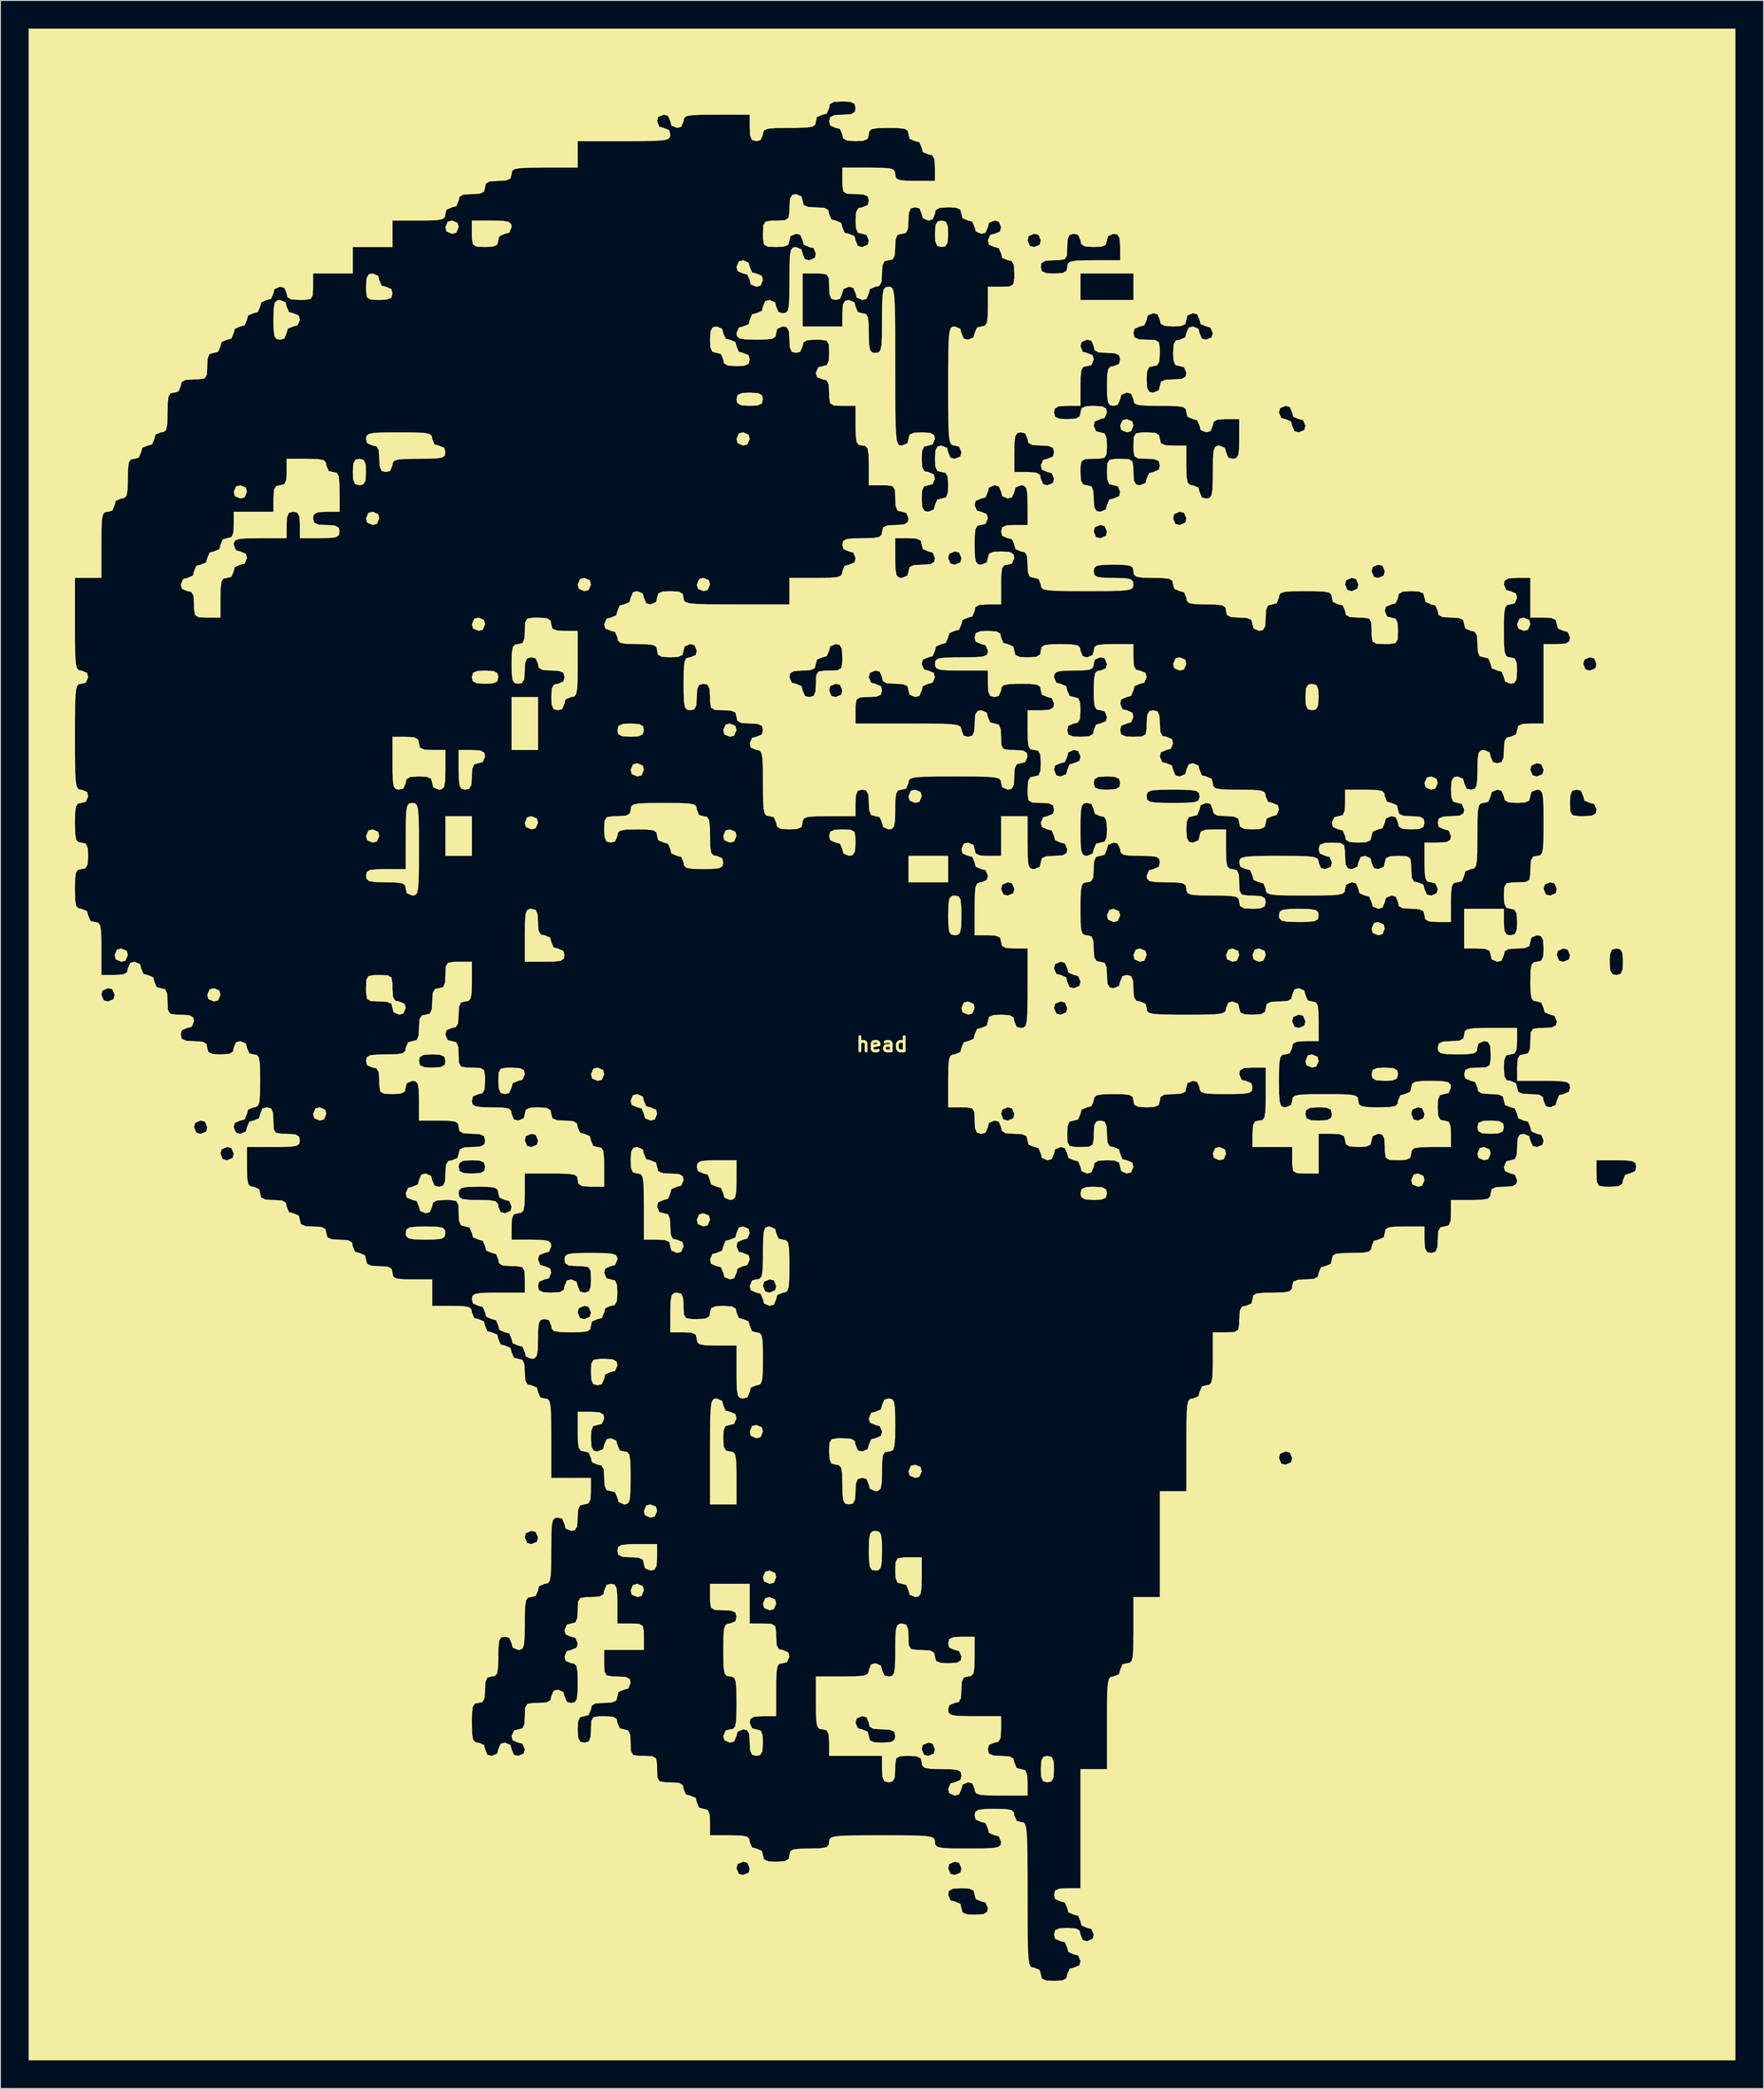
<source format=kicad_pcb>
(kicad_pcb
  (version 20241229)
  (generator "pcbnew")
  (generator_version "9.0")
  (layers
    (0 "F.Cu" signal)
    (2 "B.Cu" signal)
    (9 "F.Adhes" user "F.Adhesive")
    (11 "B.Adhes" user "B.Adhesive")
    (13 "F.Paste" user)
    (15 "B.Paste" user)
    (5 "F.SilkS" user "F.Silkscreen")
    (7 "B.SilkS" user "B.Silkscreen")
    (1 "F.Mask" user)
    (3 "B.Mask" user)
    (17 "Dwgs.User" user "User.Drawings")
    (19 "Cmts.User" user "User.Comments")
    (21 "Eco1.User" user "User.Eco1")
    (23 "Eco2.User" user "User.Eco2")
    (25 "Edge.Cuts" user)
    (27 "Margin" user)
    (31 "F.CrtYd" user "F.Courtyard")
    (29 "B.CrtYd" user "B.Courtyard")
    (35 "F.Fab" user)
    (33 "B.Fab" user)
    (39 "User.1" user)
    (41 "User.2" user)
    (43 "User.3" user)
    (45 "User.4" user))
  (footprint "head"
    (layer "F.Cu")
    (at 91.022 108.308)
    (property "Reference" "head" (at 0 0 0) (layer "F.SilkS") (effects (font (size 1.524 1.524) (thickness 0.3))))
    (attr through_hole)
    (fp_poly (pts (xy -43.744 -20.108) (xy -46.567 -20.108) (xy -46.567 -24.342) (xy -43.744 -24.342) (xy -43.744 -20.108)) (stroke (width 0.01) (type solid)) (fill yes) (layer "F.SilkS"))
    (fp_poly (pts (xy -36.689 -31.397) (xy -39.511 -31.397) (xy -39.511 -37.042) (xy -36.689 -37.042) (xy -36.689 -31.397)) (stroke (width 0.01) (type solid)) (fill yes) (layer "F.SilkS"))
    (fp_poly (pts (xy 7.056 -17.286) (xy 2.822 -17.286) (xy 2.822 -20.108) (xy 7.056 -20.108) (xy 7.056 -17.286)) (stroke (width 0.01) (type solid)) (fill yes) (layer "F.SilkS"))
    (fp_poly (pts (xy -80.549 -9.981) (xy -80.433 -9.525) (xy -80.683 -8.935) (xy -81.139 -8.819) (xy -81.728 -9.069) (xy -81.844 -9.525) (xy -81.595 -10.115) (xy -81.139 -10.231) (xy -80.549 -9.981)) (stroke (width 0.01) (type solid)) (fill yes) (layer "F.SilkS"))
    (fp_poly (pts (xy -70.672 -5.748) (xy -70.556 -5.292) (xy -70.805 -4.702) (xy -71.261 -4.586) (xy -71.851 -4.836) (xy -71.967 -5.292) (xy -71.717 -5.881) (xy -71.261 -5.997) (xy -70.672 -5.748)) (stroke (width 0.01) (type solid)) (fill yes) (layer "F.SilkS"))
    (fp_poly (pts (xy -67.849 -59.37) (xy -67.733 -58.914) (xy -67.983 -58.324) (xy -68.439 -58.208) (xy -69.028 -58.458) (xy -69.144 -58.914) (xy -68.895 -59.503) (xy -68.439 -59.619) (xy -67.849 -59.37)) (stroke (width 0.01) (type solid)) (fill yes) (layer "F.SilkS"))
    (fp_poly (pts (xy -59.383 6.952) (xy -59.267 7.408) (xy -59.516 7.998) (xy -59.972 8.114) (xy -60.562 7.864) (xy -60.678 7.408) (xy -60.428 6.819) (xy -59.972 6.703) (xy -59.383 6.952)) (stroke (width 0.01) (type solid)) (fill yes) (layer "F.SilkS"))
    (fp_poly (pts (xy -53.738 -56.548) (xy -53.622 -56.092) (xy -53.872 -55.502) (xy -54.328 -55.386) (xy -54.917 -55.636) (xy -55.033 -56.092) (xy -54.784 -56.681) (xy -54.328 -56.797) (xy -53.738 -56.548)) (stroke (width 0.01) (type solid)) (fill yes) (layer "F.SilkS"))
    (fp_poly (pts (xy -53.738 -22.681) (xy -53.622 -22.225) (xy -53.872 -21.635) (xy -54.328 -21.519) (xy -54.917 -21.769) (xy -55.033 -22.225) (xy -54.784 -22.815) (xy -54.328 -22.931) (xy -53.738 -22.681)) (stroke (width 0.01) (type solid)) (fill yes) (layer "F.SilkS"))
    (fp_poly (pts (xy -45.272 -87.592) (xy -45.156 -87.136) (xy -45.405 -86.547) (xy -45.861 -86.431) (xy -46.451 -86.68) (xy -46.567 -87.136) (xy -46.317 -87.726) (xy -45.861 -87.842) (xy -45.272 -87.592)) (stroke (width 0.01) (type solid)) (fill yes) (layer "F.SilkS"))
    (fp_poly (pts (xy -42.449 -45.259) (xy -42.333 -44.803) (xy -42.583 -44.213) (xy -43.039 -44.097) (xy -43.628 -44.347) (xy -43.744 -44.803) (xy -43.495 -45.392) (xy -43.039 -45.508) (xy -42.449 -45.259)) (stroke (width 0.01) (type solid)) (fill yes) (layer "F.SilkS"))
    (fp_poly (pts (xy -36.805 -24.092) (xy -36.689 -23.636) (xy -36.938 -23.047) (xy -37.394 -22.931) (xy -37.984 -23.18) (xy -38.1 -23.636) (xy -37.851 -24.226) (xy -37.394 -24.342) (xy -36.805 -24.092)) (stroke (width 0.01) (type solid)) (fill yes) (layer "F.SilkS"))
    (fp_poly (pts (xy -31.16 -49.492) (xy -31.044 -49.036) (xy -31.294 -48.447) (xy -31.75 -48.331) (xy -32.34 -48.58) (xy -32.456 -49.036) (xy -32.206 -49.626) (xy -31.75 -49.742) (xy -31.16 -49.492)) (stroke (width 0.01) (type solid)) (fill yes) (layer "F.SilkS"))
    (fp_poly (pts (xy -29.749 2.719) (xy -29.633 3.175) (xy -29.883 3.765) (xy -30.339 3.881) (xy -30.928 3.631) (xy -31.044 3.175) (xy -30.795 2.585) (xy -30.339 2.469) (xy -29.749 2.719)) (stroke (width 0.01) (type solid)) (fill yes) (layer "F.SilkS"))
    (fp_poly (pts (xy -25.516 -29.737) (xy -25.4 -29.281) (xy -25.649 -28.691) (xy -26.106 -28.575) (xy -26.695 -28.824) (xy -26.811 -29.281) (xy -26.562 -29.87) (xy -26.106 -29.986) (xy -25.516 -29.737)) (stroke (width 0.01) (type solid)) (fill yes) (layer "F.SilkS"))
    (fp_poly (pts (xy -25.516 57.752) (xy -25.4 58.208) (xy -25.649 58.798) (xy -26.106 58.914) (xy -26.695 58.664) (xy -26.811 58.208) (xy -26.562 57.619) (xy -26.106 57.503) (xy -25.516 57.752)) (stroke (width 0.01) (type solid)) (fill yes) (layer "F.SilkS"))
    (fp_poly (pts (xy -24.105 49.286) (xy -23.989 49.742) (xy -24.238 50.331) (xy -24.694 50.447) (xy -25.284 50.198) (xy -25.4 49.742) (xy -25.151 49.152) (xy -24.694 49.036) (xy -24.105 49.286)) (stroke (width 0.01) (type solid)) (fill yes) (layer "F.SilkS"))
    (fp_poly (pts (xy -18.46 -49.492) (xy -18.344 -49.036) (xy -18.594 -48.447) (xy -19.05 -48.331) (xy -19.64 -48.58) (xy -19.756 -49.036) (xy -19.506 -49.626) (xy -19.05 -49.742) (xy -18.46 -49.492)) (stroke (width 0.01) (type solid)) (fill yes) (layer "F.SilkS"))
    (fp_poly (pts (xy -18.46 18.241) (xy -18.344 18.697) (xy -18.594 19.287) (xy -19.05 19.403) (xy -19.64 19.153) (xy -19.756 18.697) (xy -19.506 18.108) (xy -19.05 17.992) (xy -18.46 18.241)) (stroke (width 0.01) (type solid)) (fill yes) (layer "F.SilkS"))
    (fp_poly (pts (xy -15.638 -33.97) (xy -15.522 -33.514) (xy -15.772 -32.924) (xy -16.228 -32.808) (xy -16.817 -33.058) (xy -16.933 -33.514) (xy -16.684 -34.103) (xy -16.228 -34.219) (xy -15.638 -33.97)) (stroke (width 0.01) (type solid)) (fill yes) (layer "F.SilkS"))
    (fp_poly (pts (xy -15.638 -22.681) (xy -15.522 -22.225) (xy -15.772 -21.635) (xy -16.228 -21.519) (xy -16.817 -21.769) (xy -16.933 -22.225) (xy -16.684 -22.815) (xy -16.228 -22.931) (xy -15.638 -22.681)) (stroke (width 0.01) (type solid)) (fill yes) (layer "F.SilkS"))
    (fp_poly (pts (xy -14.227 -65.014) (xy -14.111 -64.558) (xy -14.361 -63.969) (xy -14.817 -63.853) (xy -15.406 -64.102) (xy -15.522 -64.558) (xy -15.273 -65.148) (xy -14.817 -65.264) (xy -14.227 -65.014)) (stroke (width 0.01) (type solid)) (fill yes) (layer "F.SilkS"))
    (fp_poly (pts (xy -12.816 40.819) (xy -12.7 41.275) (xy -12.949 41.865) (xy -13.406 41.981) (xy -13.995 41.731) (xy -14.111 41.275) (xy -13.862 40.685) (xy -13.406 40.569) (xy -12.816 40.819)) (stroke (width 0.01) (type solid)) (fill yes) (layer "F.SilkS"))
    (fp_poly (pts (xy -11.405 56.341) (xy -11.289 56.797) (xy -11.538 57.387) (xy -11.994 57.503) (xy -12.584 57.253) (xy -12.7 56.797) (xy -12.451 56.208) (xy -11.994 56.092) (xy -11.405 56.341)) (stroke (width 0.01) (type solid)) (fill yes) (layer "F.SilkS"))
    (fp_poly (pts (xy -11.405 59.163) (xy -11.289 59.619) (xy -11.538 60.209) (xy -11.994 60.325) (xy -12.584 60.076) (xy -12.7 59.619) (xy -12.451 59.03) (xy -11.994 58.914) (xy -11.405 59.163)) (stroke (width 0.01) (type solid)) (fill yes) (layer "F.SilkS"))
    (fp_poly (pts (xy 4.117 -26.914) (xy 4.233 -26.458) (xy 3.984 -25.869) (xy 3.528 -25.753) (xy 2.938 -26.002) (xy 2.822 -26.458) (xy 3.072 -27.048) (xy 3.528 -27.164) (xy 4.117 -26.914)) (stroke (width 0.01) (type solid)) (fill yes) (layer "F.SilkS"))
    (fp_poly (pts (xy 4.117 45.052) (xy 4.233 45.508) (xy 3.984 46.098) (xy 3.528 46.214) (xy 2.938 45.964) (xy 2.822 45.508) (xy 3.072 44.919) (xy 3.528 44.803) (xy 4.117 45.052)) (stroke (width 0.01) (type solid)) (fill yes) (layer "F.SilkS"))
    (fp_poly (pts (xy 9.762 -4.337) (xy 9.878 -3.881) (xy 9.628 -3.291) (xy 9.172 -3.175) (xy 8.583 -3.424) (xy 8.467 -3.881) (xy 8.716 -4.47) (xy 9.172 -4.586) (xy 9.762 -4.337)) (stroke (width 0.01) (type solid)) (fill yes) (layer "F.SilkS"))
    (fp_poly (pts (xy 25.284 -14.214) (xy 25.4 -13.758) (xy 25.151 -13.169) (xy 24.694 -13.053) (xy 24.105 -13.302) (xy 23.989 -13.758) (xy 24.238 -14.348) (xy 24.694 -14.464) (xy 25.284 -14.214)) (stroke (width 0.01) (type solid)) (fill yes) (layer "F.SilkS"))
    (fp_poly (pts (xy 26.695 -66.426) (xy 26.811 -65.969) (xy 26.562 -65.38) (xy 26.106 -65.264) (xy 25.516 -65.513) (xy 25.4 -65.969) (xy 25.649 -66.559) (xy 26.106 -66.675) (xy 26.695 -66.426)) (stroke (width 0.01) (type solid)) (fill yes) (layer "F.SilkS"))
    (fp_poly (pts (xy 28.106 -9.981) (xy 28.222 -9.525) (xy 27.973 -8.935) (xy 27.517 -8.819) (xy 26.927 -9.069) (xy 26.811 -9.525) (xy 27.061 -10.115) (xy 27.517 -10.231) (xy 28.106 -9.981)) (stroke (width 0.01) (type solid)) (fill yes) (layer "F.SilkS"))
    (fp_poly (pts (xy 32.34 -41.026) (xy 32.456 -40.569) (xy 32.206 -39.98) (xy 31.75 -39.864) (xy 31.16 -40.113) (xy 31.044 -40.569) (xy 31.294 -41.159) (xy 31.75 -41.275) (xy 32.34 -41.026)) (stroke (width 0.01) (type solid)) (fill yes) (layer "F.SilkS"))
    (fp_poly (pts (xy 36.573 11.186) (xy 36.689 11.642) (xy 36.439 12.231) (xy 35.983 12.347) (xy 35.394 12.098) (xy 35.278 11.642) (xy 35.527 11.052) (xy 35.983 10.936) (xy 36.573 11.186)) (stroke (width 0.01) (type solid)) (fill yes) (layer "F.SilkS"))
    (fp_poly (pts (xy 37.984 -9.981) (xy 38.1 -9.525) (xy 37.851 -8.935) (xy 37.394 -8.819) (xy 36.805 -9.069) (xy 36.689 -9.525) (xy 36.938 -10.115) (xy 37.394 -10.231) (xy 37.984 -9.981)) (stroke (width 0.01) (type solid)) (fill yes) (layer "F.SilkS"))
    (fp_poly (pts (xy 40.806 -9.981) (xy 40.922 -9.525) (xy 40.673 -8.935) (xy 40.217 -8.819) (xy 39.627 -9.069) (xy 39.511 -9.525) (xy 39.761 -10.115) (xy 40.217 -10.231) (xy 40.806 -9.981)) (stroke (width 0.01) (type solid)) (fill yes) (layer "F.SilkS"))
    (fp_poly (pts (xy 46.451 1.308) (xy 46.567 1.764) (xy 46.317 2.353) (xy 45.861 2.469) (xy 45.272 2.22) (xy 45.156 1.764) (xy 45.405 1.174) (xy 45.861 1.058) (xy 46.451 1.308)) (stroke (width 0.01) (type solid)) (fill yes) (layer "F.SilkS"))
    (fp_poly (pts (xy 53.506 -12.803) (xy 53.622 -12.347) (xy 53.373 -11.758) (xy 52.917 -11.642) (xy 52.327 -11.891) (xy 52.211 -12.347) (xy 52.461 -12.937) (xy 52.917 -13.053) (xy 53.506 -12.803)) (stroke (width 0.01) (type solid)) (fill yes) (layer "F.SilkS"))
    (fp_poly (pts (xy 57.74 14.008) (xy 57.856 14.464) (xy 57.606 15.053) (xy 57.15 15.169) (xy 56.56 14.92) (xy 56.444 14.464) (xy 56.694 13.874) (xy 57.15 13.758) (xy 57.74 14.008)) (stroke (width 0.01) (type solid)) (fill yes) (layer "F.SilkS"))
    (fp_poly (pts (xy 59.151 -28.326) (xy 59.267 -27.869) (xy 59.017 -27.28) (xy 58.561 -27.164) (xy 57.972 -27.413) (xy 57.856 -27.869) (xy 58.105 -28.459) (xy 58.561 -28.575) (xy 59.151 -28.326)) (stroke (width 0.01) (type solid)) (fill yes) (layer "F.SilkS"))
    (fp_poly (pts (xy 64.795 11.186) (xy 64.911 11.642) (xy 64.662 12.231) (xy 64.206 12.347) (xy 63.616 12.098) (xy 63.5 11.642) (xy 63.749 11.052) (xy 64.206 10.936) (xy 64.795 11.186)) (stroke (width 0.01) (type solid)) (fill yes) (layer "F.SilkS"))
    (fp_poly (pts (xy 69.028 -45.259) (xy 69.144 -44.803) (xy 68.895 -44.213) (xy 68.439 -44.097) (xy 67.849 -44.347) (xy 67.733 -44.803) (xy 67.983 -45.392) (xy 68.439 -45.508) (xy 69.028 -45.259)) (stroke (width 0.01) (type solid)) (fill yes) (layer "F.SilkS"))
    (fp_poly (pts (xy -55.277 -62.323) (xy -55.073 -61.845) (xy -55.033 -61.031) (xy -55.093 -60.107) (xy -55.332 -59.699) (xy -55.739 -59.619) (xy -56.2 -59.738) (xy -56.404 -60.216) (xy -56.444 -61.031) (xy -56.385 -61.954) (xy -56.146 -62.362) (xy -55.739 -62.442) (xy -55.277 -62.323)) (stroke (width 0.01) (type solid)) (fill yes) (layer "F.SilkS"))
    (fp_poly (pts (xy -41.41 -39.805) (xy -41.002 -39.566) (xy -40.922 -39.158) (xy -41.041 -38.697) (xy -41.519 -38.493) (xy -42.333 -38.453) (xy -43.257 -38.512) (xy -43.665 -38.751) (xy -43.744 -39.158) (xy -43.626 -39.62) (xy -43.148 -39.824) (xy -42.333 -39.864) (xy -41.41 -39.805)) (stroke (width 0.01) (type solid)) (fill yes) (layer "F.SilkS"))
    (fp_poly (pts (xy -25.888 -34.16) (xy -25.48 -33.921) (xy -25.4 -33.514) (xy -25.518 -33.052) (xy -25.997 -32.848) (xy -26.811 -32.808) (xy -27.734 -32.867) (xy -28.142 -33.107) (xy -28.222 -33.514) (xy -28.104 -33.975) (xy -27.626 -34.179) (xy -26.811 -34.219) (xy -25.888 -34.16)) (stroke (width 0.01) (type solid)) (fill yes) (layer "F.SilkS"))
    (fp_poly (pts (xy -13.188 -69.438) (xy -12.78 -69.199) (xy -12.7 -68.792) (xy -12.818 -68.33) (xy -13.297 -68.126) (xy -14.111 -68.086) (xy -15.034 -68.145) (xy -15.442 -68.384) (xy -15.522 -68.792) (xy -15.404 -69.253) (xy -14.926 -69.457) (xy -14.111 -69.497) (xy -13.188 -69.438)) (stroke (width 0.01) (type solid)) (fill yes) (layer "F.SilkS"))
    (fp_poly (pts (xy 6.812 -87.723) (xy 7.016 -87.245) (xy 7.056 -86.431) (xy 6.996 -85.507) (xy 6.757 -85.099) (xy 6.35 -85.019) (xy 5.888 -85.138) (xy 5.684 -85.616) (xy 5.644 -86.431) (xy 5.704 -87.354) (xy 5.943 -87.762) (xy 6.35 -87.842) (xy 6.812 -87.723)) (stroke (width 0.01) (type solid)) (fill yes) (layer "F.SilkS"))
    (fp_poly (pts (xy 18.1 75.966) (xy 18.304 76.444) (xy 18.344 77.258) (xy 18.285 78.182) (xy 18.046 78.59) (xy 17.639 78.669) (xy 17.177 78.551) (xy 16.973 78.073) (xy 16.933 77.258) (xy 16.993 76.335) (xy 17.232 75.927) (xy 17.639 75.847) (xy 18.1 75.966)) (stroke (width 0.01) (type solid)) (fill yes) (layer "F.SilkS"))
    (fp_poly (pts (xy 23.501 15.229) (xy 23.909 15.468) (xy 23.989 15.875) (xy 23.871 16.337) (xy 23.392 16.541) (xy 22.578 16.581) (xy 21.655 16.521) (xy 21.247 16.282) (xy 21.167 15.875) (xy 21.285 15.413) (xy 21.763 15.209) (xy 22.578 15.169) (xy 23.501 15.229)) (stroke (width 0.01) (type solid)) (fill yes) (layer "F.SilkS"))
    (fp_poly (pts (xy 46.323 -38.334) (xy 46.527 -37.856) (xy 46.567 -37.042) (xy 46.508 -36.118) (xy 46.268 -35.71) (xy 45.861 -35.631) (xy 45.4 -35.749) (xy 45.196 -36.227) (xy 45.156 -37.042) (xy 45.215 -37.965) (xy 45.454 -38.373) (xy 45.861 -38.453) (xy 46.323 -38.334)) (stroke (width 0.01) (type solid)) (fill yes) (layer "F.SilkS"))
    (fp_poly (pts (xy 54.545 2.529) (xy 54.953 2.768) (xy 55.033 3.175) (xy 54.915 3.637) (xy 54.437 3.841) (xy 53.622 3.881) (xy 52.699 3.821) (xy 52.291 3.582) (xy 52.211 3.175) (xy 52.329 2.713) (xy 52.808 2.509) (xy 53.622 2.469) (xy 54.545 2.529)) (stroke (width 0.01) (type solid)) (fill yes) (layer "F.SilkS"))
    (fp_poly (pts (xy 65.834 8.173) (xy 66.242 8.412) (xy 66.322 8.819) (xy 66.204 9.281) (xy 65.726 9.485) (xy 64.911 9.525) (xy 63.988 9.466) (xy 63.58 9.227) (xy 63.5 8.819) (xy 63.618 8.358) (xy 64.097 8.154) (xy 64.911 8.114) (xy 65.834 8.173)) (stroke (width 0.01) (type solid)) (fill yes) (layer "F.SilkS"))
    (fp_poly (pts (xy -53.738 -81.948) (xy -53.622 -81.492) (xy -53.373 -80.902) (xy -52.917 -80.786) (xy -52.327 -80.537) (xy -52.211 -80.081) (xy -52.329 -79.619) (xy -52.808 -79.415) (xy -53.622 -79.375) (xy -54.525 -79.409) (xy -54.927 -79.647) (xy -55.03 -80.292) (xy -55.033 -80.786) (xy -54.974 -81.709) (xy -54.735 -82.117) (xy -54.328 -82.197) (xy -53.738 -81.948)) (stroke (width 0.01) (type solid)) (fill yes) (layer "F.SilkS"))
    (fp_poly (pts (xy -47.501 19.429) (xy -46.862 19.542) (xy -46.606 19.796) (xy -46.567 20.108) (xy -46.644 20.502) (xy -46.983 20.715) (xy -47.746 20.801) (xy -48.683 20.814) (xy -49.866 20.788) (xy -50.504 20.675) (xy -50.761 20.421) (xy -50.8 20.108) (xy -50.723 19.714) (xy -50.384 19.501) (xy -49.621 19.416) (xy -48.683 19.403) (xy -47.501 19.429)) (stroke (width 0.01) (type solid)) (fill yes) (layer "F.SilkS"))
    (fp_poly (pts (xy -38.588 2.529) (xy -38.18 2.768) (xy -38.1 3.175) (xy -38.349 3.765) (xy -38.806 3.881) (xy -39.395 4.13) (xy -39.511 4.586) (xy -39.761 5.176) (xy -40.217 5.292) (xy -40.678 5.173) (xy -40.882 4.695) (xy -40.922 3.881) (xy -40.888 2.977) (xy -40.651 2.576) (xy -40.006 2.473) (xy -39.511 2.469) (xy -38.588 2.529)) (stroke (width 0.01) (type solid)) (fill yes) (layer "F.SilkS"))
    (fp_poly (pts (xy -28.71 33.573) (xy -28.302 33.812) (xy -28.222 34.219) (xy -28.472 34.809) (xy -28.928 34.925) (xy -29.517 35.174) (xy -29.633 35.631) (xy -29.883 36.22) (xy -30.339 36.336) (xy -30.8 36.218) (xy -31.004 35.739) (xy -31.044 34.925) (xy -31.01 34.022) (xy -30.773 33.62) (xy -30.128 33.517) (xy -29.633 33.514) (xy -28.71 33.573)) (stroke (width 0.01) (type solid)) (fill yes) (layer "F.SilkS"))
    (fp_poly (pts (xy -25.516 5.541) (xy -25.4 5.997) (xy -25.151 6.587) (xy -24.694 6.703) (xy -24.105 6.952) (xy -23.989 7.408) (xy -24.238 7.998) (xy -24.694 8.114) (xy -25.284 7.864) (xy -25.4 7.408) (xy -25.649 6.819) (xy -26.106 6.703) (xy -26.695 6.453) (xy -26.811 5.997) (xy -26.562 5.408) (xy -26.106 5.292) (xy -25.516 5.541)) (stroke (width 0.01) (type solid)) (fill yes) (layer "F.SilkS"))
    (fp_poly (pts (xy -14.227 -83.359) (xy -14.111 -82.903) (xy -13.862 -82.313) (xy -13.406 -82.197) (xy -12.816 -81.948) (xy -12.7 -81.492) (xy -12.949 -80.902) (xy -13.406 -80.786) (xy -13.995 -81.036) (xy -14.111 -81.492) (xy -14.361 -82.081) (xy -14.817 -82.197) (xy -15.406 -82.447) (xy -15.522 -82.903) (xy -15.273 -83.492) (xy -14.817 -83.608) (xy -14.227 -83.359)) (stroke (width 0.01) (type solid)) (fill yes) (layer "F.SilkS"))
    (fp_poly (pts (xy -3.33 -22.897) (xy -2.929 -22.659) (xy -2.826 -22.014) (xy -2.822 -21.519) (xy -2.881 -20.596) (xy -3.121 -20.188) (xy -3.528 -20.108) (xy -4.117 -20.358) (xy -4.233 -20.814) (xy -4.483 -21.403) (xy -4.939 -21.519) (xy -5.528 -21.769) (xy -5.644 -22.225) (xy -5.526 -22.687) (xy -5.048 -22.891) (xy -4.233 -22.931) (xy -3.33 -22.897)) (stroke (width 0.01) (type solid)) (fill yes) (layer "F.SilkS"))
    (fp_poly (pts (xy -0.311 51.936) (xy -0.099 52.275) (xy -0.013 53.037) (xy 0 53.975) (xy -0.026 55.157) (xy -0.139 55.796) (xy -0.393 56.053) (xy -0.706 56.092) (xy -1.1 56.014) (xy -1.313 55.675) (xy -1.398 54.913) (xy -1.411 53.975) (xy -1.385 52.793) (xy -1.272 52.154) (xy -1.018 51.897) (xy -0.706 51.858) (xy -0.311 51.936)) (stroke (width 0.01) (type solid)) (fill yes) (layer "F.SilkS"))
    (fp_poly (pts (xy 8.155 -15.798) (xy 8.368 -15.459) (xy 8.454 -14.696) (xy 8.467 -13.758) (xy 8.441 -12.576) (xy 8.328 -11.937) (xy 8.074 -11.681) (xy 7.761 -11.642) (xy 7.367 -11.719) (xy 7.154 -12.058) (xy 7.069 -12.821) (xy 7.056 -13.758) (xy 7.081 -14.941) (xy 7.194 -15.579) (xy 7.449 -15.836) (xy 7.761 -15.875) (xy 8.155 -15.798)) (stroke (width 0.01) (type solid)) (fill yes) (layer "F.SilkS"))
    (fp_poly (pts (xy 45.632 -14.438) (xy 46.271 -14.325) (xy 46.528 -14.071) (xy 46.567 -13.758) (xy 46.489 -13.364) (xy 46.15 -13.151) (xy 45.388 -13.066) (xy 44.45 -13.053) (xy 43.268 -13.079) (xy 42.629 -13.192) (xy 42.372 -13.446) (xy 42.333 -13.758) (xy 42.411 -14.152) (xy 42.75 -14.365) (xy 43.512 -14.451) (xy 44.45 -14.464) (xy 45.632 -14.438)) (stroke (width 0.01) (type solid)) (fill yes) (layer "F.SilkS"))
    (fp_poly (pts (xy -42.821 -31.338) (xy -42.413 -31.099) (xy -42.333 -30.692) (xy -42.583 -30.102) (xy -43.039 -29.986) (xy -43.5 -29.868) (xy -43.704 -29.389) (xy -43.744 -28.575) (xy -43.804 -27.652) (xy -44.043 -27.244) (xy -44.45 -27.164) (xy -44.844 -27.241) (xy -45.057 -27.58) (xy -45.143 -28.343) (xy -45.156 -29.281) (xy -45.156 -31.397) (xy -43.744 -31.397) (xy -42.821 -31.338)) (stroke (width 0.01) (type solid)) (fill yes) (layer "F.SilkS"))
    (fp_poly (pts (xy -40.446 -87.816) (xy -39.807 -87.703) (xy -39.55 -87.449) (xy -39.511 -87.136) (xy -39.761 -86.547) (xy -40.217 -86.431) (xy -40.806 -86.181) (xy -40.922 -85.725) (xy -41.041 -85.263) (xy -41.519 -85.059) (xy -42.333 -85.019) (xy -43.237 -85.053) (xy -43.638 -85.291) (xy -43.741 -85.936) (xy -43.744 -86.431) (xy -43.744 -87.842) (xy -41.628 -87.842) (xy -40.446 -87.816)) (stroke (width 0.01) (type solid)) (fill yes) (layer "F.SilkS"))
    (fp_poly (pts (xy -23.989 54.681) (xy -24.048 55.604) (xy -24.287 56.012) (xy -24.694 56.092) (xy -25.284 55.842) (xy -25.4 55.386) (xy -25.518 54.925) (xy -25.997 54.721) (xy -26.811 54.681) (xy -27.734 54.621) (xy -28.142 54.382) (xy -28.222 53.975) (xy -28.145 53.581) (xy -27.806 53.368) (xy -27.043 53.282) (xy -26.106 53.269) (xy -23.989 53.269) (xy -23.989 54.681)) (stroke (width 0.01) (type solid)) (fill yes) (layer "F.SilkS"))
    (fp_poly (pts (xy 4.233 56.797) (xy 4.208 57.979) (xy 4.095 58.618) (xy 3.84 58.875) (xy 3.528 58.914) (xy 2.938 58.664) (xy 2.822 58.208) (xy 2.573 57.619) (xy 2.117 57.503) (xy 1.655 57.384) (xy 1.451 56.906) (xy 1.411 56.092) (xy 1.445 55.188) (xy 1.683 54.787) (xy 2.328 54.684) (xy 2.822 54.681) (xy 4.233 54.681) (xy 4.233 56.797)) (stroke (width 0.01) (type solid)) (fill yes) (layer "F.SilkS"))
    (fp_poly (pts (xy -63.616 -79.126) (xy -63.5 -78.669) (xy -63.251 -78.08) (xy -62.794 -77.964) (xy -62.205 -77.714) (xy -62.089 -77.258) (xy -62.338 -76.669) (xy -62.794 -76.553) (xy -63.384 -76.303) (xy -63.5 -75.847) (xy -63.749 -75.258) (xy -64.206 -75.142) (xy -64.6 -75.219) (xy -64.813 -75.558) (xy -64.898 -76.321) (xy -64.911 -77.258) (xy -64.885 -78.441) (xy -64.772 -79.079) (xy -64.518 -79.336) (xy -64.206 -79.375) (xy -63.616 -79.126)) (stroke (width 0.01) (type solid)) (fill yes) (layer "F.SilkS"))
    (fp_poly (pts (xy -15.522 14.464) (xy -15.548 15.646) (xy -15.661 16.285) (xy -15.915 16.542) (xy -16.228 16.581) (xy -16.817 16.331) (xy -16.933 15.875) (xy -17.183 15.285) (xy -17.639 15.169) (xy -18.228 14.92) (xy -18.344 14.464) (xy -18.594 13.874) (xy -19.05 13.758) (xy -19.64 13.509) (xy -19.756 13.053) (xy -19.678 12.659) (xy -19.339 12.446) (xy -18.576 12.36) (xy -17.639 12.347) (xy -15.522 12.347) (xy -15.522 14.464)) (stroke (width 0.01) (type solid)) (fill yes) (layer "F.SilkS"))
    (fp_poly (pts (xy -36.933 -14.346) (xy -36.729 -13.867) (xy -36.689 -13.053) (xy -36.63 -12.13) (xy -36.391 -11.722) (xy -35.983 -11.642) (xy -35.394 -11.392) (xy -35.278 -10.936) (xy -35.028 -10.347) (xy -34.572 -10.231) (xy -33.983 -9.981) (xy -33.867 -9.525) (xy -33.944 -9.131) (xy -34.283 -8.918) (xy -35.046 -8.832) (xy -35.983 -8.819) (xy -38.1 -8.819) (xy -38.1 -11.642) (xy -38.085 -13.048) (xy -38.017 -13.891) (xy -37.861 -14.312) (xy -37.58 -14.454) (xy -37.394 -14.464) (xy -36.933 -14.346)) (stroke (width 0.01) (type solid)) (fill yes) (layer "F.SilkS"))
    (fp_poly (pts (xy -52.719 -7.374) (xy -52.318 -7.137) (xy -52.215 -6.492) (xy -52.211 -5.997) (xy -52.152 -5.074) (xy -51.913 -4.666) (xy -51.506 -4.586) (xy -50.916 -4.337) (xy -50.8 -3.881) (xy -51.049 -3.291) (xy -51.506 -3.175) (xy -52.095 -3.424) (xy -52.211 -3.881) (xy -52.329 -4.342) (xy -52.808 -4.546) (xy -53.622 -4.586) (xy -54.525 -4.62) (xy -54.927 -4.858) (xy -55.03 -5.503) (xy -55.033 -5.997) (xy -54.999 -6.9) (xy -54.762 -7.302) (xy -54.117 -7.405) (xy -53.622 -7.408) (xy -52.719 -7.374)) (stroke (width 0.01) (type solid)) (fill yes) (layer "F.SilkS"))
    (fp_poly (pts (xy -17.049 -76.303) (xy -16.933 -75.847) (xy -16.684 -75.258) (xy -16.228 -75.142) (xy -15.638 -74.892) (xy -15.522 -74.436) (xy -15.273 -73.847) (xy -14.817 -73.731) (xy -14.227 -73.481) (xy -14.111 -73.025) (xy -14.229 -72.563) (xy -14.708 -72.359) (xy -15.522 -72.319) (xy -16.445 -72.379) (xy -16.853 -72.618) (xy -16.933 -73.025) (xy -17.183 -73.615) (xy -17.639 -73.731) (xy -18.1 -73.849) (xy -18.304 -74.327) (xy -18.344 -75.142) (xy -18.285 -76.065) (xy -18.046 -76.473) (xy -17.639 -76.553) (xy -17.049 -76.303)) (stroke (width 0.01) (type solid)) (fill yes) (layer "F.SilkS"))
    (fp_poly (pts (xy -49.877 -32.749) (xy -49.469 -32.51) (xy -49.389 -32.103) (xy -49.271 -31.641) (xy -48.792 -31.437) (xy -47.978 -31.397) (xy -46.567 -31.397) (xy -46.567 -29.281) (xy -46.592 -28.098) (xy -46.706 -27.46) (xy -46.96 -27.203) (xy -47.272 -27.164) (xy -47.862 -27.413) (xy -47.978 -27.869) (xy -48.096 -28.331) (xy -48.574 -28.535) (xy -49.389 -28.575) (xy -50.312 -28.516) (xy -50.72 -28.277) (xy -50.8 -27.869) (xy -51.049 -27.28) (xy -51.506 -27.164) (xy -51.857 -27.223) (xy -52.068 -27.494) (xy -52.173 -28.12) (xy -52.209 -29.242) (xy -52.211 -29.986) (xy -52.211 -32.808) (xy -50.8 -32.808) (xy -49.877 -32.749)) (stroke (width 0.01) (type solid)) (fill yes) (layer "F.SilkS"))
    (fp_poly (pts (xy -17.049 37.997) (xy -16.933 38.453) (xy -16.684 39.042) (xy -16.228 39.158) (xy -15.638 39.408) (xy -15.522 39.864) (xy -15.772 40.453) (xy -16.228 40.569) (xy -16.689 40.688) (xy -16.893 41.166) (xy -16.933 41.981) (xy -16.874 42.904) (xy -16.635 43.312) (xy -16.228 43.392) (xy -15.876 43.451) (xy -15.666 43.722) (xy -15.56 44.348) (xy -15.525 45.47) (xy -15.522 46.214) (xy -15.522 49.036) (xy -18.344 49.036) (xy -18.344 43.392) (xy -18.34 41.281) (xy -18.32 39.775) (xy -18.269 38.771) (xy -18.177 38.167) (xy -18.03 37.864) (xy -17.815 37.758) (xy -17.639 37.747) (xy -17.049 37.997)) (stroke (width 0.01) (type solid)) (fill yes) (layer "F.SilkS"))
    (fp_poly (pts (xy -14.227 19.652) (xy -14.111 20.108) (xy -14.361 20.698) (xy -14.817 20.814) (xy -15.406 21.063) (xy -15.522 21.519) (xy -15.273 22.109) (xy -14.817 22.225) (xy -14.227 22.474) (xy -14.111 22.931) (xy -14.361 23.52) (xy -14.817 23.636) (xy -15.406 23.886) (xy -15.522 24.342) (xy -15.772 24.931) (xy -16.228 25.047) (xy -16.817 24.798) (xy -16.933 24.342) (xy -17.183 23.752) (xy -17.639 23.636) (xy -18.228 23.387) (xy -18.344 22.931) (xy -18.095 22.341) (xy -17.639 22.225) (xy -17.049 21.976) (xy -16.933 21.519) (xy -16.684 20.93) (xy -16.228 20.814) (xy -15.638 20.564) (xy -15.522 20.108) (xy -15.273 19.519) (xy -14.817 19.403) (xy -14.227 19.652)) (stroke (width 0.01) (type solid)) (fill yes) (layer "F.SilkS"))
    (fp_poly (pts (xy -49.9 -65.254) (xy -48.872 -65.208) (xy -48.294 -65.1) (xy -48.039 -64.905) (xy -47.978 -64.596) (xy -47.978 -64.558) (xy -47.728 -63.969) (xy -47.272 -63.853) (xy -46.683 -63.603) (xy -46.567 -63.147) (xy -46.626 -62.796) (xy -46.897 -62.585) (xy -47.523 -62.48) (xy -48.645 -62.444) (xy -49.389 -62.442) (xy -50.795 -62.427) (xy -51.638 -62.359) (xy -52.059 -62.203) (xy -52.201 -61.922) (xy -52.211 -61.736) (xy -52.461 -61.147) (xy -52.917 -61.031) (xy -53.378 -61.149) (xy -53.582 -61.627) (xy -53.622 -62.442) (xy -53.681 -63.365) (xy -53.921 -63.773) (xy -54.328 -63.853) (xy -54.917 -64.102) (xy -55.033 -64.558) (xy -54.985 -64.879) (xy -54.755 -65.085) (xy -54.214 -65.201) (xy -53.237 -65.252) (xy -51.694 -65.264) (xy -51.506 -65.264) (xy -49.9 -65.254)) (stroke (width 0.01) (type solid)) (fill yes) (layer "F.SilkS"))
    (fp_poly (pts (xy -49.815 -25.716) (xy -49.621 -25.534) (xy -49.497 -25.098) (xy -49.427 -24.299) (xy -49.397 -23.03) (xy -49.389 -21.181) (xy -49.389 -20.814) (xy -49.394 -18.859) (xy -49.42 -17.502) (xy -49.482 -16.634) (xy -49.597 -16.145) (xy -49.778 -15.929) (xy -50.042 -15.876) (xy -50.094 -15.875) (xy -50.684 -16.124) (xy -50.8 -16.581) (xy -50.877 -16.975) (xy -51.216 -17.188) (xy -51.979 -17.273) (xy -52.917 -17.286) (xy -54.099 -17.312) (xy -54.738 -17.425) (xy -54.994 -17.679) (xy -55.033 -17.992) (xy -54.956 -18.386) (xy -54.617 -18.599) (xy -53.854 -18.684) (xy -52.917 -18.697) (xy -50.8 -18.697) (xy -50.8 -22.225) (xy -50.79 -23.831) (xy -50.744 -24.858) (xy -50.636 -25.436) (xy -50.441 -25.692) (xy -50.132 -25.752) (xy -50.094 -25.753) (xy -49.815 -25.716)) (stroke (width 0.01) (type solid)) (fill yes) (layer "F.SilkS"))
    (fp_poly (pts (xy 52.688 -27.138) (xy 53.327 -27.025) (xy 53.583 -26.771) (xy 53.622 -26.458) (xy 53.872 -25.869) (xy 54.328 -25.753) (xy 54.917 -25.503) (xy 55.033 -25.047) (xy 55.152 -24.586) (xy 55.63 -24.382) (xy 56.444 -24.342) (xy 57.368 -24.282) (xy 57.776 -24.043) (xy 57.856 -23.636) (xy 57.737 -23.175) (xy 57.259 -22.971) (xy 56.444 -22.931) (xy 55.521 -22.99) (xy 55.113 -23.229) (xy 55.033 -23.636) (xy 54.784 -24.226) (xy 54.328 -24.342) (xy 53.738 -24.092) (xy 53.622 -23.636) (xy 53.373 -23.047) (xy 52.917 -22.931) (xy 52.327 -22.681) (xy 52.211 -22.225) (xy 52.093 -21.763) (xy 51.614 -21.559) (xy 50.8 -21.519) (xy 49.877 -21.579) (xy 49.469 -21.818) (xy 49.389 -22.225) (xy 49.139 -22.815) (xy 48.683 -22.931) (xy 48.094 -23.18) (xy 47.978 -23.636) (xy 48.227 -24.226) (xy 48.683 -24.342) (xy 49.145 -24.46) (xy 49.349 -24.938) (xy 49.389 -25.753) (xy 49.389 -27.164) (xy 51.506 -27.164) (xy 52.688 -27.138)) (stroke (width 0.01) (type solid)) (fill yes) (layer "F.SilkS"))
    (fp_poly (pts (xy -11.405 19.652) (xy -11.289 20.108) (xy -11.039 20.698) (xy -10.583 20.814) (xy -10.232 20.873) (xy -10.021 21.144) (xy -9.916 21.77) (xy -9.88 22.892) (xy -9.878 23.636) (xy -9.893 25.042) (xy -9.96 25.885) (xy -10.117 26.306) (xy -10.397 26.448) (xy -10.583 26.458) (xy -11.173 26.708) (xy -11.289 27.164) (xy -11.538 27.753) (xy -11.994 27.869) (xy -12.584 27.62) (xy -12.7 27.164) (xy -12.949 26.574) (xy -13.406 26.458) (xy -13.995 26.209) (xy -14.111 25.753) (xy -12.7 25.753) (xy -12.451 26.342) (xy -11.994 26.458) (xy -11.405 26.209) (xy -11.289 25.753) (xy -11.538 25.163) (xy -11.994 25.047) (xy -12.584 25.297) (xy -12.7 25.753) (xy -14.111 25.753) (xy -13.862 25.163) (xy -13.406 25.047) (xy -13.054 24.988) (xy -12.843 24.717) (xy -12.738 24.091) (xy -12.703 22.969) (xy -12.7 22.225) (xy -12.685 20.819) (xy -12.617 19.976) (xy -12.461 19.555) (xy -12.18 19.413) (xy -11.994 19.403) (xy -11.405 19.652)) (stroke (width 0.01) (type solid)) (fill yes) (layer "F.SilkS"))
    (fp_poly (pts (xy -30.121 39.218) (xy -29.713 39.457) (xy -29.633 39.864) (xy -29.883 40.453) (xy -30.339 40.569) (xy -30.8 40.688) (xy -31.004 41.166) (xy -31.044 41.981) (xy -30.985 42.904) (xy -30.746 43.312) (xy -30.339 43.392) (xy -29.749 43.142) (xy -29.633 42.686) (xy -29.384 42.097) (xy -28.928 41.981) (xy -28.338 42.23) (xy -28.222 42.686) (xy -27.973 43.276) (xy -27.517 43.392) (xy -27.165 43.451) (xy -26.954 43.722) (xy -26.849 44.348) (xy -26.814 45.47) (xy -26.811 46.214) (xy -26.826 47.62) (xy -26.894 48.463) (xy -27.05 48.884) (xy -27.331 49.026) (xy -27.517 49.036) (xy -28.106 48.787) (xy -28.222 48.331) (xy -28.472 47.741) (xy -28.928 47.625) (xy -29.389 47.507) (xy -29.593 47.028) (xy -29.633 46.214) (xy -29.692 45.291) (xy -29.932 44.883) (xy -30.339 44.803) (xy -30.928 44.553) (xy -31.044 44.097) (xy -31.294 43.508) (xy -31.75 43.392) (xy -32.144 43.314) (xy -32.357 42.975) (xy -32.443 42.213) (xy -32.456 41.275) (xy -32.456 39.158) (xy -31.044 39.158) (xy -30.121 39.218)) (stroke (width 0.01) (type solid)) (fill yes) (layer "F.SilkS"))
    (fp_poly (pts (xy -25.516 11.186) (xy -25.4 11.642) (xy -25.151 12.231) (xy -24.694 12.347) (xy -24.105 12.597) (xy -23.989 13.053) (xy -23.871 13.514) (xy -23.392 13.718) (xy -22.578 13.758) (xy -21.655 13.818) (xy -21.247 14.057) (xy -21.167 14.464) (xy -21.416 15.053) (xy -21.872 15.169) (xy -22.462 15.419) (xy -22.578 15.875) (xy -22.827 16.465) (xy -23.283 16.581) (xy -23.873 16.83) (xy -23.989 17.286) (xy -23.739 17.876) (xy -23.283 17.992) (xy -22.822 18.11) (xy -22.618 18.588) (xy -22.578 19.403) (xy -22.519 20.326) (xy -22.279 20.734) (xy -21.872 20.814) (xy -21.283 21.063) (xy -21.167 21.519) (xy -21.416 22.109) (xy -21.872 22.225) (xy -22.462 21.976) (xy -22.578 21.519) (xy -22.696 21.058) (xy -23.174 20.854) (xy -23.989 20.814) (xy -25.4 20.814) (xy -25.4 17.286) (xy -25.41 15.68) (xy -25.456 14.653) (xy -25.564 14.075) (xy -25.759 13.819) (xy -26.068 13.759) (xy -26.106 13.758) (xy -26.567 13.64) (xy -26.771 13.162) (xy -26.811 12.347) (xy -26.752 11.424) (xy -26.513 11.016) (xy -26.106 10.936) (xy -25.516 11.186)) (stroke (width 0.01) (type solid)) (fill yes) (layer "F.SilkS"))
    (fp_poly (pts (xy -35.766 -45.449) (xy -35.358 -45.21) (xy -35.278 -44.803) (xy -35.159 -44.341) (xy -34.681 -44.137) (xy -33.867 -44.097) (xy -32.456 -44.097) (xy -32.456 -40.569) (xy -32.465 -38.964) (xy -32.511 -37.936) (xy -32.619 -37.358) (xy -32.815 -37.103) (xy -33.123 -37.042) (xy -33.161 -37.042) (xy -33.751 -36.792) (xy -33.867 -36.336) (xy -34.116 -35.747) (xy -34.572 -35.631) (xy -35.034 -35.749) (xy -35.238 -36.227) (xy -35.278 -37.042) (xy -35.219 -37.965) (xy -34.979 -38.373) (xy -34.572 -38.453) (xy -33.983 -38.702) (xy -33.867 -39.158) (xy -33.985 -39.62) (xy -34.463 -39.824) (xy -35.278 -39.864) (xy -36.201 -39.923) (xy -36.609 -40.162) (xy -36.689 -40.569) (xy -36.938 -41.159) (xy -37.394 -41.275) (xy -37.856 -41.157) (xy -38.06 -40.678) (xy -38.1 -39.864) (xy -38.159 -38.941) (xy -38.398 -38.533) (xy -38.806 -38.453) (xy -39.2 -38.53) (xy -39.413 -38.869) (xy -39.498 -39.632) (xy -39.511 -40.569) (xy -39.485 -41.752) (xy -39.372 -42.39) (xy -39.118 -42.647) (xy -38.806 -42.686) (xy -38.344 -42.804) (xy -38.14 -43.283) (xy -38.1 -44.097) (xy -38.066 -45) (xy -37.828 -45.402) (xy -37.183 -45.505) (xy -36.689 -45.508) (xy -35.766 -45.449)) (stroke (width 0.01) (type solid)) (fill yes) (layer "F.SilkS"))
    (fp_poly (pts (xy -21.411 26.577) (xy -21.207 27.055) (xy -21.167 27.869) (xy -21.133 28.773) (xy -20.895 29.174) (xy -20.25 29.277) (xy -19.756 29.281) (xy -18.832 29.221) (xy -18.424 28.982) (xy -18.344 28.575) (xy -18.226 28.113) (xy -17.748 27.909) (xy -16.933 27.869) (xy -16.01 27.929) (xy -15.602 28.168) (xy -15.522 28.575) (xy -15.273 29.165) (xy -14.817 29.281) (xy -14.227 29.53) (xy -14.111 29.986) (xy -13.862 30.576) (xy -13.406 30.692) (xy -13.054 30.751) (xy -12.843 31.022) (xy -12.738 31.648) (xy -12.703 32.77) (xy -12.7 33.514) (xy -12.715 34.92) (xy -12.783 35.763) (xy -12.939 36.184) (xy -13.22 36.326) (xy -13.406 36.336) (xy -13.995 36.586) (xy -14.111 37.042) (xy -14.361 37.631) (xy -14.817 37.747) (xy -15.168 37.688) (xy -15.379 37.417) (xy -15.484 36.791) (xy -15.52 35.669) (xy -15.522 34.925) (xy -15.522 32.103) (xy -17.639 32.103) (xy -18.821 32.077) (xy -19.46 31.964) (xy -19.717 31.71) (xy -19.756 31.397) (xy -19.874 30.936) (xy -20.352 30.732) (xy -21.167 30.692) (xy -22.578 30.692) (xy -22.578 28.575) (xy -22.552 27.393) (xy -22.439 26.754) (xy -22.185 26.497) (xy -21.872 26.458) (xy -21.411 26.577)) (stroke (width 0.01) (type solid)) (fill yes) (layer "F.SilkS"))
    (fp_poly (pts (xy -21.678 -25.743) (xy -20.65 -25.697) (xy -20.072 -25.589) (xy -19.817 -25.394) (xy -19.756 -25.085) (xy -19.756 -25.047) (xy -19.506 -24.458) (xy -19.05 -24.342) (xy -18.656 -24.264) (xy -18.443 -23.925) (xy -18.357 -23.163) (xy -18.344 -22.225) (xy -18.319 -21.043) (xy -18.206 -20.404) (xy -17.951 -20.147) (xy -17.639 -20.108) (xy -17.049 -19.859) (xy -16.933 -19.403) (xy -17.011 -19.009) (xy -17.35 -18.796) (xy -18.112 -18.71) (xy -19.05 -18.697) (xy -20.232 -18.723) (xy -20.871 -18.836) (xy -21.128 -19.09) (xy -21.167 -19.403) (xy -21.416 -19.992) (xy -21.872 -20.108) (xy -22.462 -20.358) (xy -22.578 -20.814) (xy -22.827 -21.403) (xy -23.283 -21.519) (xy -23.873 -21.769) (xy -23.989 -22.225) (xy -24.066 -22.619) (xy -24.405 -22.832) (xy -25.168 -22.918) (xy -26.106 -22.931) (xy -27.288 -22.905) (xy -27.927 -22.792) (xy -28.183 -22.538) (xy -28.222 -22.225) (xy -28.472 -21.635) (xy -28.928 -21.519) (xy -29.389 -21.638) (xy -29.593 -22.116) (xy -29.633 -22.931) (xy -29.599 -23.834) (xy -29.362 -24.235) (xy -28.717 -24.338) (xy -28.222 -24.342) (xy -27.299 -24.401) (xy -26.891 -24.64) (xy -26.811 -25.047) (xy -26.763 -25.368) (xy -26.532 -25.574) (xy -25.992 -25.689) (xy -25.015 -25.741) (xy -23.472 -25.753) (xy -23.283 -25.753) (xy -21.678 -25.743)) (stroke (width 0.01) (type solid)) (fill yes) (layer "F.SilkS"))
    (fp_poly (pts (xy 1.057 37.806) (xy 1.268 38.078) (xy 1.373 38.703) (xy 1.409 39.825) (xy 1.411 40.569) (xy 1.396 41.976) (xy 1.329 42.818) (xy 1.172 43.24) (xy 0.892 43.381) (xy 0.706 43.392) (xy 0.311 43.469) (xy 0.099 43.808) (xy 0.013 44.571) (xy 0 45.508) (xy -0.026 46.691) (xy -0.139 47.329) (xy -0.393 47.586) (xy -0.706 47.625) (xy -1.295 47.376) (xy -1.411 46.919) (xy -1.661 46.33) (xy -2.117 46.214) (xy -2.578 46.332) (xy -2.782 46.811) (xy -2.822 47.625) (xy -2.881 48.548) (xy -3.121 48.956) (xy -3.528 49.036) (xy -3.922 48.959) (xy -4.135 48.62) (xy -4.22 47.857) (xy -4.233 46.919) (xy -4.259 45.737) (xy -4.372 45.098) (xy -4.626 44.842) (xy -4.939 44.803) (xy -5.4 44.684) (xy -5.604 44.206) (xy -5.644 43.392) (xy -5.61 42.488) (xy -5.373 42.087) (xy -4.728 41.984) (xy -4.233 41.981) (xy -3.31 42.04) (xy -2.902 42.279) (xy -2.822 42.686) (xy -2.573 43.276) (xy -2.117 43.392) (xy -1.527 43.142) (xy -1.411 42.686) (xy -1.162 42.097) (xy -0.706 41.981) (xy -0.116 41.731) (xy 0 41.275) (xy -0.249 40.685) (xy -0.706 40.569) (xy -1.295 40.32) (xy -1.411 39.864) (xy -1.162 39.274) (xy -0.706 39.158) (xy -0.116 38.909) (xy 0 38.453) (xy 0.249 37.863) (xy 0.706 37.747) (xy 1.057 37.806)) (stroke (width 0.01) (type solid)) (fill yes) (layer "F.SilkS"))
    (fp_poly (pts (xy -14.111 61.736) (xy -12.7 61.736) (xy -11.797 61.77) (xy -11.395 62.008) (xy -11.292 62.653) (xy -11.289 63.147) (xy -11.23 64.07) (xy -10.991 64.478) (xy -10.583 64.558) (xy -9.994 64.808) (xy -9.878 65.264) (xy -10.127 65.853) (xy -10.583 65.969) (xy -10.935 66.028) (xy -11.146 66.3) (xy -11.251 66.926) (xy -11.286 68.048) (xy -11.289 68.792) (xy -11.289 71.614) (xy -12.7 71.614) (xy -13.623 71.673) (xy -14.031 71.912) (xy -14.111 72.319) (xy -13.862 72.909) (xy -13.406 73.025) (xy -12.944 73.143) (xy -12.74 73.622) (xy -12.7 74.436) (xy -12.759 75.359) (xy -12.998 75.767) (xy -13.406 75.847) (xy -13.867 75.729) (xy -14.071 75.251) (xy -14.111 74.436) (xy -14.17 73.513) (xy -14.409 73.105) (xy -14.817 73.025) (xy -15.406 73.274) (xy -15.522 73.731) (xy -15.772 74.32) (xy -16.228 74.436) (xy -16.817 74.187) (xy -16.933 73.731) (xy -16.684 73.141) (xy -16.228 73.025) (xy -15.876 72.966) (xy -15.666 72.695) (xy -15.56 72.069) (xy -15.525 70.947) (xy -15.522 70.203) (xy -15.537 68.797) (xy -15.605 67.954) (xy -15.761 67.533) (xy -16.042 67.391) (xy -16.228 67.381) (xy -16.579 67.322) (xy -16.79 67.05) (xy -16.895 66.424) (xy -16.931 65.302) (xy -16.933 64.558) (xy -16.919 63.152) (xy -16.851 62.309) (xy -16.694 61.888) (xy -16.414 61.746) (xy -16.228 61.736) (xy -15.638 61.487) (xy -15.522 61.031) (xy -15.641 60.569) (xy -16.119 60.365) (xy -16.933 60.325) (xy -17.837 60.291) (xy -18.238 60.053) (xy -18.341 59.408) (xy -18.344 58.914) (xy -18.344 57.503) (xy -14.111 57.503) (xy -14.111 61.736)) (stroke (width 0.01) (type solid)) (fill yes) (layer "F.SilkS"))
    (fp_poly (pts (xy -60.201 -62.416) (xy -59.562 -62.303) (xy -59.306 -62.049) (xy -59.267 -61.736) (xy -59.017 -61.147) (xy -58.561 -61.031) (xy -58.167 -60.953) (xy -57.954 -60.614) (xy -57.869 -59.851) (xy -57.856 -58.914) (xy -57.856 -56.797) (xy -59.267 -56.797) (xy -60.19 -56.738) (xy -60.598 -56.499) (xy -60.678 -56.092) (xy -60.559 -55.63) (xy -60.081 -55.426) (xy -59.267 -55.386) (xy -58.343 -55.327) (xy -57.935 -55.088) (xy -57.856 -54.681) (xy -57.933 -54.286) (xy -58.272 -54.074) (xy -59.035 -53.988) (xy -59.972 -53.975) (xy -62.089 -53.975) (xy -62.089 -55.386) (xy -62.148 -56.309) (xy -62.387 -56.717) (xy -62.794 -56.797) (xy -63.256 -56.679) (xy -63.46 -56.201) (xy -63.5 -55.386) (xy -63.5 -53.975) (xy -66.322 -53.975) (xy -67.728 -53.96) (xy -68.571 -53.892) (xy -68.992 -53.736) (xy -69.134 -53.455) (xy -69.144 -53.269) (xy -68.895 -52.68) (xy -68.439 -52.564) (xy -67.849 -52.314) (xy -67.733 -51.858) (xy -67.983 -51.269) (xy -68.439 -51.153) (xy -69.028 -50.903) (xy -69.144 -50.447) (xy -69.394 -49.858) (xy -69.85 -49.742) (xy -70.244 -49.664) (xy -70.457 -49.325) (xy -70.543 -48.563) (xy -70.556 -47.625) (xy -70.556 -45.508) (xy -71.967 -45.508) (xy -72.87 -45.542) (xy -73.271 -45.78) (xy -73.374 -46.425) (xy -73.378 -46.919) (xy -73.437 -47.843) (xy -73.676 -48.251) (xy -74.083 -48.331) (xy -74.673 -48.58) (xy -74.789 -49.036) (xy -74.539 -49.626) (xy -74.083 -49.742) (xy -73.494 -49.991) (xy -73.378 -50.447) (xy -73.128 -51.037) (xy -72.672 -51.153) (xy -72.083 -51.402) (xy -71.967 -51.858) (xy -71.717 -52.448) (xy -71.261 -52.564) (xy -70.672 -52.813) (xy -70.556 -53.269) (xy -70.306 -53.859) (xy -69.85 -53.975) (xy -69.388 -54.093) (xy -69.184 -54.572) (xy -69.144 -55.386) (xy -69.144 -56.797) (xy -64.911 -56.797) (xy -64.911 -58.208) (xy -64.852 -59.132) (xy -64.613 -59.54) (xy -64.206 -59.619) (xy -63.744 -59.738) (xy -63.54 -60.216) (xy -63.5 -61.031) (xy -63.5 -62.442) (xy -61.383 -62.442) (xy -60.201 -62.416)) (stroke (width 0.01) (type solid)) (fill yes) (layer "F.SilkS"))
    (fp_poly (pts (xy 2.578 61.854) (xy 2.782 62.333) (xy 2.822 63.147) (xy 2.856 64.05) (xy 3.094 64.452) (xy 3.739 64.555) (xy 4.233 64.558) (xy 5.157 64.618) (xy 5.565 64.857) (xy 5.644 65.264) (xy 5.763 65.725) (xy 6.241 65.929) (xy 7.056 65.969) (xy 7.979 65.91) (xy 8.387 65.671) (xy 8.467 65.264) (xy 8.217 64.674) (xy 7.761 64.558) (xy 7.172 64.309) (xy 7.056 63.853) (xy 7.174 63.391) (xy 7.652 63.187) (xy 8.467 63.147) (xy 9.878 63.147) (xy 9.878 65.264) (xy 9.852 66.446) (xy 9.739 67.085) (xy 9.485 67.342) (xy 9.172 67.381) (xy 8.711 67.499) (xy 8.507 67.977) (xy 8.467 68.792) (xy 8.408 69.715) (xy 8.168 70.123) (xy 7.761 70.203) (xy 7.172 70.452) (xy 7.056 70.908) (xy 7.114 71.26) (xy 7.386 71.471) (xy 8.012 71.576) (xy 9.134 71.611) (xy 9.878 71.614) (xy 12.7 71.614) (xy 12.7 73.025) (xy 12.641 73.948) (xy 12.402 74.356) (xy 11.994 74.436) (xy 11.405 74.686) (xy 11.289 75.142) (xy 11.407 75.603) (xy 11.886 75.807) (xy 12.7 75.847) (xy 13.623 75.906) (xy 14.031 76.146) (xy 14.111 76.553) (xy 14.361 77.142) (xy 14.817 77.258) (xy 15.278 77.377) (xy 15.482 77.855) (xy 15.522 78.669) (xy 15.522 80.081) (xy 12.7 80.081) (xy 11.294 80.066) (xy 10.451 79.998) (xy 10.03 79.842) (xy 9.888 79.561) (xy 9.878 79.375) (xy 9.628 78.785) (xy 9.172 78.669) (xy 8.583 78.919) (xy 8.467 79.375) (xy 8.217 79.965) (xy 7.761 80.081) (xy 7.172 79.831) (xy 7.056 79.375) (xy 7.305 78.785) (xy 7.761 78.669) (xy 8.351 78.42) (xy 8.467 77.964) (xy 8.389 77.57) (xy 8.05 77.357) (xy 7.288 77.271) (xy 6.35 77.258) (xy 5.168 77.233) (xy 4.529 77.12) (xy 4.272 76.865) (xy 4.233 76.553) (xy 4.115 76.091) (xy 3.637 75.887) (xy 2.822 75.847) (xy 1.919 75.881) (xy 1.518 76.119) (xy 1.415 76.764) (xy 1.411 77.258) (xy 1.352 78.182) (xy 1.113 78.59) (xy 0.706 78.669) (xy 0.244 78.551) (xy 0.04 78.073) (xy 0 77.258) (xy 0 75.847) (xy -5.644 75.847) (xy -5.644 75.142) (xy 4.233 75.142) (xy 4.483 75.731) (xy 4.939 75.847) (xy 5.528 75.598) (xy 5.644 75.142) (xy 5.395 74.552) (xy 4.939 74.436) (xy 4.349 74.686) (xy 4.233 75.142) (xy -5.644 75.142) (xy -5.644 74.436) (xy -5.704 73.513) (xy -5.943 73.105) (xy -6.35 73.025) (xy -6.702 72.966) (xy -6.912 72.695) (xy -6.975 72.319) (xy -2.822 72.319) (xy -2.573 72.909) (xy -2.117 73.025) (xy -1.527 73.274) (xy -1.411 73.731) (xy -1.293 74.192) (xy -0.814 74.396) (xy 0 74.436) (xy 0.923 74.377) (xy 1.331 74.138) (xy 1.411 73.731) (xy 1.293 73.269) (xy 0.814 73.065) (xy 0 73.025) (xy -0.923 72.966) (xy -1.331 72.727) (xy -1.411 72.319) (xy -1.661 71.73) (xy -2.117 71.614) (xy -2.706 71.863) (xy -2.822 72.319) (xy -6.975 72.319) (xy -7.018 72.069) (xy -7.053 70.947) (xy -7.056 70.203) (xy -7.056 67.381) (xy -4.233 67.381) (xy -2.827 67.366) (xy -1.984 67.298) (xy -1.563 67.142) (xy -1.421 66.861) (xy -1.411 66.675) (xy -1.162 66.085) (xy -0.706 65.969) (xy -0.116 66.219) (xy 0 66.675) (xy 0.249 67.265) (xy 0.706 67.381) (xy 1.057 67.322) (xy 1.268 67.05) (xy 1.373 66.424) (xy 1.409 65.302) (xy 1.411 64.558) (xy 1.426 63.152) (xy 1.494 62.309) (xy 1.65 61.888) (xy 1.931 61.746) (xy 2.117 61.736) (xy 2.578 61.854)) (stroke (width 0.01) (type solid)) (fill yes) (layer "F.SilkS"))
    (fp_poly (pts (xy -43.744 -6.703) (xy -43.77 -5.521) (xy -43.883 -4.882) (xy -44.137 -4.625) (xy -44.45 -4.586) (xy -44.912 -4.468) (xy -45.116 -3.989) (xy -45.156 -3.175) (xy -45.215 -2.252) (xy -45.454 -1.844) (xy -45.861 -1.764) (xy -46.451 -1.514) (xy -46.567 -1.058) (xy -46.317 -0.469) (xy -45.861 -0.353) (xy -45.4 -0.234) (xy -45.196 0.244) (xy -45.156 1.058) (xy -45.122 1.962) (xy -44.884 2.363) (xy -44.239 2.466) (xy -43.744 2.469) (xy -42.841 2.503) (xy -42.44 2.741) (xy -42.337 3.386) (xy -42.333 3.881) (xy -42.392 4.804) (xy -42.632 5.212) (xy -43.039 5.292) (xy -43.628 5.541) (xy -43.744 5.997) (xy -43.667 6.391) (xy -43.328 6.604) (xy -42.565 6.69) (xy -41.628 6.703) (xy -40.446 6.729) (xy -39.807 6.842) (xy -39.55 7.096) (xy -39.511 7.408) (xy -39.262 7.998) (xy -38.806 8.114) (xy -38.216 7.864) (xy -38.1 7.408) (xy -37.982 6.947) (xy -37.503 6.743) (xy -36.689 6.703) (xy -35.766 6.762) (xy -35.358 7.001) (xy -35.278 7.408) (xy -35.159 7.87) (xy -34.681 8.074) (xy -33.867 8.114) (xy -32.943 8.173) (xy -32.535 8.412) (xy -32.456 8.819) (xy -32.206 9.409) (xy -31.75 9.525) (xy -31.16 9.774) (xy -31.044 10.231) (xy -30.795 10.82) (xy -30.339 10.936) (xy -29.945 11.013) (xy -29.732 11.353) (xy -29.646 12.115) (xy -29.633 13.053) (xy -29.633 15.169) (xy -31.044 15.169) (xy -31.968 15.11) (xy -32.376 14.871) (xy -32.456 14.464) (xy -32.514 14.112) (xy -32.786 13.902) (xy -33.412 13.796) (xy -34.534 13.761) (xy -35.278 13.758) (xy -38.1 13.758) (xy -38.1 15.875) (xy -38.126 17.057) (xy -38.239 17.696) (xy -38.493 17.953) (xy -38.806 17.992) (xy -39.267 18.11) (xy -39.471 18.588) (xy -39.511 19.403) (xy -39.511 20.814) (xy -37.394 20.814) (xy -36.212 20.84) (xy -35.573 20.953) (xy -35.317 21.207) (xy -35.278 21.519) (xy -35.527 22.109) (xy -35.983 22.225) (xy -36.573 22.474) (xy -36.689 22.931) (xy -36.439 23.52) (xy -35.983 23.636) (xy -35.394 23.886) (xy -35.278 24.342) (xy -35.527 24.931) (xy -35.983 25.047) (xy -36.573 25.297) (xy -36.689 25.753) (xy -36.571 26.214) (xy -36.092 26.418) (xy -35.278 26.458) (xy -34.355 26.399) (xy -33.947 26.16) (xy -33.867 25.753) (xy -33.617 25.163) (xy -33.161 25.047) (xy -32.572 25.297) (xy -32.456 25.753) (xy -32.206 26.342) (xy -31.75 26.458) (xy -31.288 26.34) (xy -31.084 25.862) (xy -31.044 25.047) (xy -31.078 24.144) (xy -31.316 23.743) (xy -31.961 23.64) (xy -32.456 23.636) (xy -33.379 23.577) (xy -33.787 23.338) (xy -33.867 22.931) (xy -33.808 22.579) (xy -33.536 22.368) (xy -32.911 22.263) (xy -31.789 22.228) (xy -31.044 22.225) (xy -29.638 22.24) (xy -28.796 22.308) (xy -28.374 22.464) (xy -28.233 22.745) (xy -28.222 22.931) (xy -28.472 23.52) (xy -28.928 23.636) (xy -29.517 23.886) (xy -29.633 24.342) (xy -29.384 24.931) (xy -28.928 25.047) (xy -28.466 25.166) (xy -28.262 25.644) (xy -28.222 26.458) (xy -28.281 27.382) (xy -28.521 27.79) (xy -28.928 27.869) (xy -29.517 28.119) (xy -29.633 28.575) (xy -29.883 29.165) (xy -30.339 29.281) (xy -30.928 29.53) (xy -31.044 29.986) (xy -31.122 30.38) (xy -31.461 30.593) (xy -32.224 30.679) (xy -33.161 30.692) (xy -34.343 30.666) (xy -34.982 30.553) (xy -35.239 30.299) (xy -35.278 29.986) (xy -35.527 29.397) (xy -35.983 29.281) (xy -36.377 29.358) (xy -36.59 29.697) (xy -36.676 30.46) (xy -36.689 31.397) (xy -36.715 32.579) (xy -36.828 33.218) (xy -37.082 33.475) (xy -37.394 33.514) (xy -37.984 33.264) (xy -38.1 32.808) (xy -38.349 32.219) (xy -38.806 32.103) (xy -39.395 31.853) (xy -39.511 31.397) (xy -39.761 30.808) (xy -40.217 30.692) (xy -40.806 30.442) (xy -40.922 29.986) (xy -41.172 29.397) (xy -41.628 29.281) (xy -42.217 29.031) (xy -42.333 28.575) (xy -32.456 28.575) (xy -32.206 29.165) (xy -31.75 29.281) (xy -31.16 29.031) (xy -31.044 28.575) (xy -31.294 27.985) (xy -31.75 27.869) (xy -32.34 28.119) (xy -32.456 28.575) (xy -42.333 28.575) (xy -42.583 27.985) (xy -43.039 27.869) (xy -43.628 27.62) (xy -43.744 27.164) (xy -43.686 26.812) (xy -43.414 26.602) (xy -42.788 26.496) (xy -41.666 26.461) (xy -40.922 26.458) (xy -38.1 26.458) (xy -38.1 25.047) (xy -38.134 24.144) (xy -38.372 23.743) (xy -39.017 23.64) (xy -39.511 23.636) (xy -40.434 23.577) (xy -40.842 23.338) (xy -40.922 22.931) (xy -41.172 22.341) (xy -41.628 22.225) (xy -42.217 21.976) (xy -42.333 21.519) (xy -42.583 20.93) (xy -43.039 20.814) (xy -43.628 20.564) (xy -43.744 20.108) (xy -43.994 19.519) (xy -44.45 19.403) (xy -44.912 19.284) (xy -45.116 18.806) (xy -45.156 17.992) (xy -45.19 17.088) (xy -45.427 16.687) (xy -46.072 16.584) (xy -46.567 16.581) (xy -47.49 16.64) (xy -47.898 16.879) (xy -47.978 17.286) (xy -48.227 17.876) (xy -48.683 17.992) (xy -49.273 17.742) (xy -49.389 17.286) (xy -49.638 16.697) (xy -50.094 16.581) (xy -50.684 16.331) (xy -50.8 15.875) (xy -45.156 15.875) (xy -45.078 16.269) (xy -44.739 16.482) (xy -43.976 16.568) (xy -43.039 16.581) (xy -41.857 16.606) (xy -41.218 16.719) (xy -40.961 16.974) (xy -40.922 17.286) (xy -40.673 17.876) (xy -40.217 17.992) (xy -39.627 17.742) (xy -39.511 17.286) (xy -39.761 16.697) (xy -40.217 16.581) (xy -40.806 16.331) (xy -40.922 15.875) (xy -40.999 15.481) (xy -41.339 15.268) (xy -42.101 15.182) (xy -43.039 15.169) (xy -44.221 15.195) (xy -44.86 15.308) (xy -45.117 15.562) (xy -45.156 15.875) (xy -50.8 15.875) (xy -50.551 15.285) (xy -50.094 15.169) (xy -49.505 14.92) (xy -49.389 14.464) (xy -49.139 13.874) (xy -48.683 13.758) (xy -48.094 14.008) (xy -47.978 14.464) (xy -47.728 15.053) (xy -47.272 15.169) (xy -46.811 15.051) (xy -46.607 14.573) (xy -46.567 13.758) (xy -46.521 13.053) (xy -45.156 13.053) (xy -45.037 13.514) (xy -44.559 13.718) (xy -43.744 13.758) (xy -42.821 13.699) (xy -42.413 13.46) (xy -42.333 13.053) (xy -42.452 12.591) (xy -42.93 12.387) (xy -43.744 12.347) (xy -44.668 12.406) (xy -45.076 12.646) (xy -45.156 13.053) (xy -46.521 13.053) (xy -46.507 12.835) (xy -46.268 12.427) (xy -45.861 12.347) (xy -45.272 12.098) (xy -45.156 11.642) (xy -45.037 11.18) (xy -44.559 10.976) (xy -43.744 10.936) (xy -42.821 10.877) (xy -42.413 10.638) (xy -42.333 10.231) (xy -38.1 10.231) (xy -37.851 10.82) (xy -37.394 10.936) (xy -36.805 10.687) (xy -36.689 10.231) (xy -36.938 9.641) (xy -37.394 9.525) (xy -37.984 9.774) (xy -38.1 10.231) (xy -42.333 10.231) (xy -42.452 9.769) (xy -42.93 9.565) (xy -43.744 9.525) (xy -44.668 9.466) (xy -45.076 9.227) (xy -45.156 8.819) (xy -45.233 8.425) (xy -45.572 8.212) (xy -46.335 8.127) (xy -47.272 8.114) (xy -49.389 8.114) (xy -49.389 5.997) (xy -49.415 4.815) (xy -49.528 4.176) (xy -49.782 3.919) (xy -50.094 3.881) (xy -50.684 4.13) (xy -50.8 4.586) (xy -50.918 5.048) (xy -51.397 5.252) (xy -52.211 5.292) (xy -53.114 5.258) (xy -53.516 5.02) (xy -53.619 4.375) (xy -53.622 3.881) (xy -53.681 2.957) (xy -53.921 2.549) (xy -54.328 2.469) (xy -54.917 2.22) (xy -55.033 1.764) (xy -49.389 1.764) (xy -49.271 2.225) (xy -48.792 2.429) (xy -47.978 2.469) (xy -47.055 2.41) (xy -46.647 2.171) (xy -46.567 1.764) (xy -46.685 1.302) (xy -47.163 1.098) (xy -47.978 1.058) (xy -48.901 1.118) (xy -49.309 1.357) (xy -49.389 1.764) (xy -55.033 1.764) (xy -54.956 1.37) (xy -54.617 1.157) (xy -53.854 1.071) (xy -52.917 1.058) (xy -51.734 1.033) (xy -51.096 0.92) (xy -50.839 0.665) (xy -50.8 0.353) (xy -50.551 -0.237) (xy -50.094 -0.353) (xy -49.633 -0.471) (xy -49.429 -0.949) (xy -49.389 -1.764) (xy -49.33 -2.687) (xy -49.091 -3.095) (xy -48.683 -3.175) (xy -48.222 -3.293) (xy -48.018 -3.772) (xy -47.978 -4.586) (xy -47.919 -5.509) (xy -47.679 -5.917) (xy -47.272 -5.997) (xy -46.811 -6.116) (xy -46.607 -6.594) (xy -46.567 -7.408) (xy -46.533 -8.312) (xy -46.295 -8.713) (xy -45.65 -8.816) (xy -45.156 -8.819) (xy -43.744 -8.819) (xy -43.744 -6.703)) (stroke (width 0.01) (type solid)) (fill yes) (layer "F.SilkS"))
    (fp_poly (pts (xy 12.212 -44.038) (xy 12.62 -43.799) (xy 12.7 -43.392) (xy 12.949 -42.802) (xy 13.406 -42.686) (xy 13.995 -42.437) (xy 14.111 -41.981) (xy 14.229 -41.519) (xy 14.708 -41.315) (xy 15.522 -41.275) (xy 16.445 -41.334) (xy 16.853 -41.573) (xy 16.933 -41.981) (xy 17.011 -42.375) (xy 17.35 -42.588) (xy 18.112 -42.673) (xy 19.05 -42.686) (xy 20.232 -42.66) (xy 20.871 -42.547) (xy 21.128 -42.293) (xy 21.167 -41.981) (xy 21.416 -41.391) (xy 21.872 -41.275) (xy 22.462 -41.524) (xy 22.578 -41.981) (xy 22.655 -42.375) (xy 22.994 -42.588) (xy 23.757 -42.673) (xy 24.694 -42.686) (xy 26.811 -42.686) (xy 26.811 -41.275) (xy 26.87 -40.352) (xy 27.109 -39.944) (xy 27.517 -39.864) (xy 28.106 -39.614) (xy 28.222 -39.158) (xy 27.973 -38.569) (xy 27.517 -38.453) (xy 26.927 -38.203) (xy 26.811 -37.747) (xy 26.562 -37.158) (xy 26.106 -37.042) (xy 25.516 -36.792) (xy 25.4 -36.336) (xy 25.649 -35.747) (xy 26.106 -35.631) (xy 26.695 -35.381) (xy 26.811 -34.925) (xy 26.562 -34.335) (xy 26.106 -34.219) (xy 25.516 -33.97) (xy 25.4 -33.514) (xy 25.518 -33.052) (xy 25.997 -32.848) (xy 26.811 -32.808) (xy 27.714 -32.842) (xy 28.116 -33.08) (xy 28.219 -33.725) (xy 28.222 -34.219) (xy 28.281 -35.143) (xy 28.521 -35.551) (xy 28.928 -35.631) (xy 29.389 -35.512) (xy 29.593 -35.034) (xy 29.633 -34.219) (xy 29.693 -33.296) (xy 29.932 -32.888) (xy 30.339 -32.808) (xy 30.928 -32.559) (xy 31.044 -32.103) (xy 30.795 -31.513) (xy 30.339 -31.397) (xy 29.749 -31.148) (xy 29.633 -30.692) (xy 29.883 -30.102) (xy 30.339 -29.986) (xy 30.928 -29.737) (xy 31.044 -29.281) (xy 31.294 -28.691) (xy 31.75 -28.575) (xy 32.34 -28.824) (xy 32.456 -29.281) (xy 32.705 -29.87) (xy 33.161 -29.986) (xy 33.751 -29.737) (xy 33.867 -29.281) (xy 34.116 -28.691) (xy 34.572 -28.575) (xy 35.162 -28.326) (xy 35.278 -27.869) (xy 35.337 -27.518) (xy 35.608 -27.307) (xy 36.234 -27.202) (xy 37.356 -27.166) (xy 38.1 -27.164) (xy 39.506 -27.149) (xy 40.349 -27.081) (xy 40.77 -26.925) (xy 40.912 -26.644) (xy 40.922 -26.458) (xy 41.172 -25.869) (xy 41.628 -25.753) (xy 42.217 -25.503) (xy 42.333 -25.047) (xy 42.084 -24.458) (xy 41.628 -24.342) (xy 41.038 -24.092) (xy 40.922 -23.636) (xy 40.804 -23.175) (xy 40.326 -22.971) (xy 39.511 -22.931) (xy 38.588 -22.99) (xy 38.18 -23.229) (xy 38.1 -23.636) (xy 37.982 -24.098) (xy 37.503 -24.302) (xy 36.689 -24.342) (xy 35.766 -24.401) (xy 35.358 -24.64) (xy 35.278 -25.047) (xy 35.028 -25.637) (xy 34.572 -25.753) (xy 33.983 -25.503) (xy 33.867 -25.047) (xy 33.617 -24.458) (xy 33.161 -24.342) (xy 32.7 -24.223) (xy 32.496 -23.745) (xy 32.456 -22.931) (xy 32.515 -22.007) (xy 32.754 -21.599) (xy 33.161 -21.519) (xy 33.751 -21.769) (xy 33.867 -22.225) (xy 33.985 -22.687) (xy 34.463 -22.891) (xy 35.278 -22.931) (xy 36.689 -22.931) (xy 36.689 -20.814) (xy 36.715 -19.632) (xy 36.828 -18.993) (xy 37.082 -18.736) (xy 37.394 -18.697) (xy 37.856 -18.579) (xy 38.06 -18.101) (xy 38.1 -17.286) (xy 38.134 -16.383) (xy 38.372 -15.982) (xy 39.017 -15.878) (xy 39.511 -15.875) (xy 40.434 -15.816) (xy 40.842 -15.577) (xy 40.922 -15.169) (xy 40.804 -14.708) (xy 40.326 -14.504) (xy 39.511 -14.464) (xy 38.588 -14.523) (xy 38.18 -14.762) (xy 38.1 -15.169) (xy 38.041 -15.521) (xy 37.77 -15.732) (xy 37.144 -15.837) (xy 36.022 -15.872) (xy 35.278 -15.875) (xy 33.872 -15.89) (xy 33.029 -15.958) (xy 32.608 -16.114) (xy 32.466 -16.395) (xy 32.456 -16.581) (xy 32.378 -16.975) (xy 32.039 -17.188) (xy 31.276 -17.273) (xy 30.339 -17.286) (xy 29.157 -17.312) (xy 28.518 -17.425) (xy 28.261 -17.679) (xy 28.222 -17.992) (xy 28.472 -18.581) (xy 28.928 -18.697) (xy 29.517 -18.947) (xy 29.633 -19.403) (xy 29.556 -19.797) (xy 29.217 -20.01) (xy 28.454 -20.095) (xy 27.517 -20.108) (xy 26.334 -20.134) (xy 25.696 -20.247) (xy 25.439 -20.501) (xy 25.4 -20.814) (xy 25.151 -21.403) (xy 24.694 -21.519) (xy 24.105 -21.27) (xy 23.989 -20.814) (xy 23.739 -20.224) (xy 23.283 -20.108) (xy 22.822 -19.99) (xy 22.618 -19.512) (xy 22.578 -18.697) (xy 22.519 -17.774) (xy 22.279 -17.366) (xy 21.872 -17.286) (xy 21.521 -17.227) (xy 21.31 -16.956) (xy 21.205 -16.33) (xy 21.169 -15.208) (xy 21.167 -14.464) (xy 21.181 -13.058) (xy 21.249 -12.215) (xy 21.406 -11.794) (xy 21.686 -11.652) (xy 21.872 -11.642) (xy 22.334 -11.523) (xy 22.538 -11.045) (xy 22.578 -10.231) (xy 22.637 -9.307) (xy 22.876 -8.899) (xy 23.283 -8.819) (xy 23.745 -8.701) (xy 23.949 -8.223) (xy 23.989 -7.408) (xy 24.048 -6.485) (xy 24.287 -6.077) (xy 24.694 -5.997) (xy 25.284 -6.247) (xy 25.4 -6.703) (xy 25.649 -7.292) (xy 26.106 -7.408) (xy 26.567 -7.29) (xy 26.771 -6.812) (xy 26.811 -5.997) (xy 26.87 -5.074) (xy 27.109 -4.666) (xy 27.517 -4.586) (xy 28.106 -4.337) (xy 28.222 -3.881) (xy 28.264 -3.583) (xy 28.466 -3.383) (xy 28.947 -3.262) (xy 29.822 -3.2) (xy 31.209 -3.178) (xy 32.456 -3.175) (xy 34.243 -3.182) (xy 35.441 -3.216) (xy 36.168 -3.296) (xy 36.54 -3.442) (xy 36.674 -3.673) (xy 36.689 -3.881) (xy 36.938 -4.47) (xy 37.394 -4.586) (xy 37.984 -4.337) (xy 38.1 -3.881) (xy 38.218 -3.419) (xy 38.697 -3.215) (xy 39.511 -3.175) (xy 40.434 -3.234) (xy 40.842 -3.473) (xy 40.922 -3.881) (xy 41.041 -4.342) (xy 41.519 -4.546) (xy 42.333 -4.586) (xy 43.257 -4.645) (xy 43.665 -4.884) (xy 43.744 -5.292) (xy 43.994 -5.881) (xy 44.45 -5.997) (xy 45.04 -5.748) (xy 45.156 -5.292) (xy 45.405 -4.702) (xy 45.861 -4.586) (xy 46.255 -4.509) (xy 46.468 -4.17) (xy 46.554 -3.407) (xy 46.567 -2.469) (xy 46.567 -0.353) (xy 45.156 -0.353) (xy 44.232 -0.294) (xy 43.824 -0.054) (xy 43.744 0.353) (xy 43.495 0.942) (xy 43.039 1.058) (xy 42.687 1.117) (xy 42.477 1.389) (xy 42.371 2.014) (xy 42.336 3.136) (xy 42.333 3.881) (xy 42.348 5.287) (xy 42.416 6.129) (xy 42.572 6.551) (xy 42.853 6.692) (xy 43.039 6.703) (xy 43.628 6.453) (xy 43.744 5.997) (xy 43.793 5.676) (xy 44.023 5.471) (xy 44.563 5.355) (xy 45.541 5.304) (xy 47.083 5.292) (xy 47.272 5.292) (xy 48.878 5.301) (xy 49.906 5.347) (xy 50.483 5.455) (xy 50.739 5.651) (xy 50.8 5.959) (xy 50.8 5.997) (xy 50.877 6.391) (xy 51.216 6.604) (xy 51.979 6.69) (xy 52.917 6.703) (xy 54.099 6.677) (xy 54.738 6.564) (xy 54.994 6.31) (xy 55.033 5.997) (xy 55.283 5.408) (xy 55.739 5.292) (xy 56.328 5.042) (xy 56.444 4.586) (xy 56.522 4.192) (xy 56.861 3.979) (xy 57.624 3.894) (xy 58.561 3.881) (xy 59.743 3.906) (xy 60.382 4.019) (xy 60.639 4.274) (xy 60.678 4.586) (xy 60.428 5.176) (xy 59.972 5.292) (xy 59.511 5.41) (xy 59.307 5.888) (xy 59.267 6.703) (xy 59.326 7.626) (xy 59.565 8.034) (xy 59.972 8.114) (xy 60.434 8.232) (xy 60.638 8.711) (xy 60.678 9.525) (xy 60.678 10.936) (xy 58.561 10.936) (xy 57.379 10.962) (xy 56.74 11.075) (xy 56.483 11.329) (xy 56.444 11.642) (xy 56.326 12.103) (xy 55.848 12.307) (xy 55.033 12.347) (xy 54.13 12.313) (xy 53.729 12.076) (xy 53.626 11.431) (xy 53.622 10.936) (xy 53.563 10.013) (xy 53.324 9.605) (xy 52.917 9.525) (xy 52.327 9.774) (xy 52.211 10.231) (xy 52.093 10.692) (xy 51.614 10.896) (xy 50.8 10.936) (xy 49.877 10.877) (xy 49.469 10.638) (xy 49.389 10.231) (xy 49.271 9.769) (xy 48.792 9.565) (xy 47.978 9.525) (xy 46.567 9.525) (xy 46.567 13.758) (xy 45.156 13.758) (xy 44.252 13.724) (xy 43.851 13.487) (xy 43.748 12.842) (xy 43.744 12.347) (xy 43.744 10.936) (xy 39.511 10.936) (xy 39.511 9.525) (xy 39.57 8.602) (xy 39.809 8.194) (xy 40.217 8.114) (xy 40.568 8.055) (xy 40.779 7.784) (xy 40.842 7.408) (xy 45.156 7.408) (xy 45.274 7.87) (xy 45.752 8.074) (xy 46.567 8.114) (xy 47.49 8.055) (xy 47.898 7.816) (xy 47.978 7.408) (xy 56.444 7.408) (xy 56.694 7.998) (xy 57.15 8.114) (xy 57.74 7.864) (xy 57.856 7.408) (xy 57.606 6.819) (xy 57.15 6.703) (xy 56.56 6.952) (xy 56.444 7.408) (xy 47.978 7.408) (xy 47.859 6.947) (xy 47.381 6.743) (xy 46.567 6.703) (xy 45.643 6.762) (xy 45.235 7.001) (xy 45.156 7.408) (xy 40.842 7.408) (xy 40.884 7.158) (xy 40.92 6.036) (xy 40.922 5.292) (xy 40.922 2.469) (xy 39.511 2.469) (xy 38.588 2.529) (xy 38.18 2.768) (xy 38.1 3.175) (xy 38.349 3.765) (xy 38.806 3.881) (xy 39.395 4.13) (xy 39.511 4.586) (xy 39.452 4.938) (xy 39.181 5.148) (xy 38.555 5.254) (xy 37.433 5.289) (xy 36.689 5.292) (xy 35.283 5.277) (xy 34.44 5.209) (xy 34.019 5.053) (xy 33.877 4.772) (xy 33.867 4.586) (xy 33.617 3.997) (xy 33.161 3.881) (xy 32.572 4.13) (xy 32.456 4.586) (xy 32.337 5.048) (xy 31.859 5.252) (xy 31.044 5.292) (xy 30.121 5.351) (xy 29.713 5.59) (xy 29.633 5.997) (xy 29.515 6.459) (xy 29.037 6.663) (xy 28.222 6.703) (xy 27.299 6.644) (xy 26.891 6.404) (xy 26.811 5.997) (xy 26.734 5.603) (xy 26.395 5.39) (xy 25.632 5.305) (xy 24.694 5.292) (xy 23.512 5.317) (xy 22.873 5.431) (xy 22.617 5.685) (xy 22.578 5.997) (xy 22.328 6.587) (xy 21.872 6.703) (xy 21.283 6.952) (xy 21.167 7.408) (xy 20.917 7.998) (xy 20.461 8.114) (xy 20 8.232) (xy 19.796 8.711) (xy 19.756 9.525) (xy 19.79 10.428) (xy 20.027 10.83) (xy 20.672 10.933) (xy 21.167 10.936) (xy 22.07 10.902) (xy 22.471 10.665) (xy 22.574 10.02) (xy 22.578 9.525) (xy 22.637 8.602) (xy 22.876 8.194) (xy 23.283 8.114) (xy 23.745 8.232) (xy 23.949 8.711) (xy 23.989 9.525) (xy 24.048 10.448) (xy 24.287 10.856) (xy 24.694 10.936) (xy 25.284 11.186) (xy 25.4 11.642) (xy 25.649 12.231) (xy 26.106 12.347) (xy 26.695 12.597) (xy 26.811 13.053) (xy 26.562 13.642) (xy 26.106 13.758) (xy 25.516 13.509) (xy 25.4 13.053) (xy 25.282 12.591) (xy 24.803 12.387) (xy 23.989 12.347) (xy 23.066 12.406) (xy 22.658 12.646) (xy 22.578 13.053) (xy 22.328 13.642) (xy 21.872 13.758) (xy 21.283 13.509) (xy 21.167 13.053) (xy 20.917 12.463) (xy 20.461 12.347) (xy 19.872 12.098) (xy 19.756 11.642) (xy 19.506 11.052) (xy 19.05 10.936) (xy 18.46 11.186) (xy 18.344 11.642) (xy 18.095 12.231) (xy 17.639 12.347) (xy 17.049 12.098) (xy 16.933 11.642) (xy 16.684 11.052) (xy 16.228 10.936) (xy 15.638 10.687) (xy 15.522 10.231) (xy 15.404 9.769) (xy 14.926 9.565) (xy 14.111 9.525) (xy 13.188 9.466) (xy 12.78 9.227) (xy 12.7 8.819) (xy 12.451 8.23) (xy 11.994 8.114) (xy 11.405 8.363) (xy 11.289 8.819) (xy 11.039 9.409) (xy 10.583 9.525) (xy 10.122 9.407) (xy 9.918 8.928) (xy 9.878 8.114) (xy 9.851 7.408) (xy 12.7 7.408) (xy 12.949 7.998) (xy 13.406 8.114) (xy 13.995 7.864) (xy 14.111 7.408) (xy 13.862 6.819) (xy 13.406 6.703) (xy 12.816 6.952) (xy 12.7 7.408) (xy 9.851 7.408) (xy 9.844 7.211) (xy 9.606 6.809) (xy 8.961 6.706) (xy 8.467 6.703) (xy 7.056 6.703) (xy 7.056 3.881) (xy 7.07 2.474) (xy 7.138 1.632) (xy 7.295 1.21) (xy 7.575 1.069) (xy 7.761 1.058) (xy 8.351 0.809) (xy 8.467 0.353) (xy 8.716 -0.237) (xy 9.172 -0.353) (xy 9.762 -0.602) (xy 9.878 -1.058) (xy 10.127 -1.648) (xy 10.583 -1.764) (xy 11.173 -2.013) (xy 11.289 -2.469) (xy 11.407 -2.931) (xy 11.886 -3.135) (xy 12.7 -3.175) (xy 13.623 -3.116) (xy 14.031 -2.877) (xy 14.111 -2.469) (xy 14.361 -1.88) (xy 14.817 -1.764) (xy 15.115 -1.805) (xy 15.314 -2.008) (xy 15.431 -2.469) (xy 43.744 -2.469) (xy 43.994 -1.88) (xy 44.45 -1.764) (xy 45.04 -2.013) (xy 45.156 -2.469) (xy 44.906 -3.059) (xy 44.45 -3.175) (xy 43.86 -2.926) (xy 43.744 -2.469) (xy 15.431 -2.469) (xy 15.435 -2.488) (xy 15.497 -3.364) (xy 15.506 -3.881) (xy 18.344 -3.881) (xy 18.594 -3.291) (xy 19.05 -3.175) (xy 19.64 -3.424) (xy 19.756 -3.881) (xy 19.506 -4.47) (xy 19.05 -4.586) (xy 18.46 -4.337) (xy 18.344 -3.881) (xy 15.506 -3.881) (xy 15.52 -4.751) (xy 15.522 -5.997) (xy 15.522 -8.114) (xy 18.344 -8.114) (xy 18.594 -7.524) (xy 19.05 -7.408) (xy 19.64 -7.159) (xy 19.756 -6.703) (xy 20.005 -6.113) (xy 20.461 -5.997) (xy 21.051 -6.247) (xy 21.167 -6.703) (xy 20.917 -7.292) (xy 20.461 -7.408) (xy 19.872 -7.658) (xy 19.756 -8.114) (xy 19.506 -8.703) (xy 19.05 -8.819) (xy 18.46 -8.57) (xy 18.344 -8.114) (xy 15.522 -8.114) (xy 15.522 -10.231) (xy 14.111 -10.231) (xy 13.188 -10.29) (xy 12.78 -10.529) (xy 12.7 -10.936) (xy 12.582 -11.398) (xy 12.103 -11.602) (xy 11.289 -11.642) (xy 9.878 -11.642) (xy 9.878 -14.464) (xy 9.893 -15.87) (xy 9.95 -16.581) (xy 12.7 -16.581) (xy 12.949 -15.991) (xy 13.406 -15.875) (xy 13.995 -16.124) (xy 14.111 -16.581) (xy 13.862 -17.17) (xy 13.406 -17.286) (xy 12.816 -17.037) (xy 12.7 -16.581) (xy 9.95 -16.581) (xy 9.96 -16.713) (xy 10.117 -17.134) (xy 10.397 -17.276) (xy 10.583 -17.286) (xy 11.173 -17.536) (xy 11.289 -17.992) (xy 11.039 -18.581) (xy 10.583 -18.697) (xy 9.994 -18.947) (xy 9.878 -19.403) (xy 9.628 -19.992) (xy 9.172 -20.108) (xy 8.583 -20.358) (xy 8.467 -20.814) (xy 8.716 -21.403) (xy 9.172 -21.519) (xy 9.762 -21.27) (xy 9.878 -20.814) (xy 9.996 -20.352) (xy 10.474 -20.148) (xy 11.289 -20.108) (xy 12.7 -20.108) (xy 12.7 -24.342) (xy 15.522 -24.342) (xy 15.522 -21.519) (xy 15.537 -20.113) (xy 15.605 -19.271) (xy 15.761 -18.849) (xy 16.042 -18.708) (xy 16.228 -18.697) (xy 16.817 -18.947) (xy 16.933 -19.403) (xy 17.052 -19.864) (xy 17.53 -20.068) (xy 18.344 -20.108) (xy 19.268 -20.168) (xy 19.676 -20.407) (xy 19.756 -20.814) (xy 19.506 -21.403) (xy 19.05 -21.519) (xy 18.46 -21.769) (xy 18.344 -22.225) (xy 18.095 -22.815) (xy 17.639 -22.931) (xy 21.167 -22.931) (xy 21.181 -21.524) (xy 21.249 -20.682) (xy 21.406 -20.26) (xy 21.686 -20.119) (xy 21.872 -20.108) (xy 22.462 -20.358) (xy 22.578 -20.814) (xy 22.827 -21.403) (xy 23.283 -21.519) (xy 23.745 -21.638) (xy 23.949 -22.116) (xy 23.989 -22.931) (xy 23.93 -23.854) (xy 23.691 -24.262) (xy 23.283 -24.342) (xy 22.694 -24.591) (xy 22.578 -25.047) (xy 22.328 -25.637) (xy 21.872 -25.753) (xy 21.521 -25.694) (xy 21.31 -25.422) (xy 21.205 -24.797) (xy 21.169 -23.675) (xy 21.167 -22.931) (xy 17.639 -22.931) (xy 17.049 -23.18) (xy 16.933 -23.636) (xy 17.183 -24.226) (xy 17.639 -24.342) (xy 18.228 -24.591) (xy 18.344 -25.047) (xy 18.226 -25.509) (xy 17.748 -25.713) (xy 16.933 -25.753) (xy 16.03 -25.787) (xy 15.629 -26.024) (xy 15.559 -26.458) (xy 28.222 -26.458) (xy 28.281 -26.107) (xy 28.553 -25.896) (xy 29.178 -25.791) (xy 30.3 -25.755) (xy 31.044 -25.753) (xy 32.451 -25.768) (xy 33.293 -25.835) (xy 33.715 -25.992) (xy 33.856 -26.272) (xy 33.867 -26.458) (xy 33.808 -26.81) (xy 33.536 -27.021) (xy 32.911 -27.126) (xy 31.789 -27.161) (xy 31.044 -27.164) (xy 29.638 -27.149) (xy 28.796 -27.081) (xy 28.374 -26.925) (xy 28.233 -26.644) (xy 28.222 -26.458) (xy 15.559 -26.458) (xy 15.526 -26.669) (xy 15.522 -27.164) (xy 15.567 -27.869) (xy 22.578 -27.869) (xy 22.696 -27.408) (xy 23.174 -27.204) (xy 23.989 -27.164) (xy 24.912 -27.223) (xy 25.32 -27.462) (xy 25.4 -27.869) (xy 25.282 -28.331) (xy 24.803 -28.535) (xy 23.989 -28.575) (xy 23.066 -28.516) (xy 22.658 -28.277) (xy 22.578 -27.869) (xy 15.567 -27.869) (xy 15.581 -28.087) (xy 15.821 -28.495) (xy 16.228 -28.575) (xy 16.689 -28.693) (xy 16.893 -29.172) (xy 16.899 -29.281) (xy 18.344 -29.281) (xy 18.594 -28.691) (xy 19.05 -28.575) (xy 19.64 -28.824) (xy 19.756 -29.281) (xy 20.005 -29.87) (xy 20.461 -29.986) (xy 21.051 -30.236) (xy 21.167 -30.692) (xy 20.917 -31.281) (xy 20.461 -31.397) (xy 19.872 -31.148) (xy 19.756 -30.692) (xy 19.506 -30.102) (xy 19.05 -29.986) (xy 18.46 -29.737) (xy 18.344 -29.281) (xy 16.899 -29.281) (xy 16.933 -29.986) (xy 16.874 -30.909) (xy 16.635 -31.317) (xy 16.228 -31.397) (xy 15.834 -31.474) (xy 15.621 -31.814) (xy 15.535 -32.576) (xy 15.522 -33.514) (xy 15.522 -35.631) (xy 16.933 -35.631) (xy 17.857 -35.69) (xy 18.265 -35.929) (xy 18.344 -36.336) (xy 18.095 -36.926) (xy 17.639 -37.042) (xy 17.049 -37.291) (xy 16.933 -37.747) (xy 16.856 -38.141) (xy 16.517 -38.354) (xy 15.754 -38.44) (xy 14.817 -38.453) (xy 13.634 -38.427) (xy 12.996 -38.314) (xy 12.739 -38.06) (xy 12.7 -37.747) (xy 12.451 -37.158) (xy 11.994 -37.042) (xy 11.533 -37.16) (xy 11.329 -37.638) (xy 11.289 -38.453) (xy 11.289 -39.158) (xy 18.344 -39.158) (xy 18.594 -38.569) (xy 19.05 -38.453) (xy 19.64 -38.203) (xy 19.756 -37.747) (xy 20.005 -37.158) (xy 20.461 -37.042) (xy 20.923 -36.923) (xy 21.127 -36.445) (xy 21.167 -35.631) (xy 21.108 -34.707) (xy 20.868 -34.299) (xy 20.461 -34.219) (xy 19.872 -33.97) (xy 19.756 -33.514) (xy 19.874 -33.052) (xy 20.352 -32.848) (xy 21.167 -32.808) (xy 22.09 -32.867) (xy 22.498 -33.107) (xy 22.578 -33.514) (xy 22.827 -34.103) (xy 23.283 -34.219) (xy 23.873 -34.469) (xy 23.989 -34.925) (xy 23.739 -35.515) (xy 23.283 -35.631) (xy 22.889 -35.708) (xy 22.676 -36.047) (xy 22.591 -36.81) (xy 22.578 -37.747) (xy 22.604 -38.929) (xy 22.717 -39.568) (xy 22.971 -39.825) (xy 23.283 -39.864) (xy 23.873 -40.113) (xy 23.989 -40.569) (xy 23.739 -41.159) (xy 23.283 -41.275) (xy 22.694 -41.026) (xy 22.578 -40.569) (xy 22.501 -40.175) (xy 22.161 -39.962) (xy 21.399 -39.877) (xy 20.461 -39.864) (xy 19.279 -39.838) (xy 18.64 -39.725) (xy 18.383 -39.471) (xy 18.344 -39.158) (xy 11.289 -39.158) (xy 11.289 -39.864) (xy 8.467 -39.864) (xy 7.061 -39.879) (xy 6.218 -39.946) (xy 5.797 -40.103) (xy 5.655 -40.383) (xy 5.644 -40.569) (xy 5.703 -40.921) (xy 5.975 -41.132) (xy 6.601 -41.237) (xy 7.723 -41.272) (xy 8.467 -41.275) (xy 9.873 -41.29) (xy 10.716 -41.358) (xy 11.137 -41.514) (xy 11.279 -41.795) (xy 11.289 -41.981) (xy 11.039 -42.57) (xy 10.583 -42.686) (xy 9.994 -42.936) (xy 9.878 -43.392) (xy 9.996 -43.853) (xy 10.474 -44.057) (xy 11.289 -44.097) (xy 12.212 -44.038)) (stroke (width 0.01) (type solid)) (fill yes) (layer "F.SilkS"))
    (fp_poly (pts (xy 91.017 108.303) (xy -91.017 108.303) (xy -91.017 90.664) (xy 7.056 90.664) (xy 7.305 91.253) (xy 7.761 91.369) (xy 8.351 91.619) (xy 8.467 92.075) (xy 8.585 92.537) (xy 9.063 92.741) (xy 9.878 92.781) (xy 10.801 92.721) (xy 11.209 92.482) (xy 11.289 92.075) (xy 11.039 91.485) (xy 10.583 91.369) (xy 9.994 91.12) (xy 9.878 90.664) (xy 9.759 90.202) (xy 9.281 89.998) (xy 8.467 89.958) (xy 7.543 90.018) (xy 7.135 90.257) (xy 7.056 90.664) (xy -91.017 90.664) (xy -91.017 87.842) (xy -15.522 87.842) (xy -15.273 88.431) (xy -14.817 88.547) (xy -14.227 88.298) (xy -14.111 87.842) (xy 7.056 87.842) (xy 7.305 88.431) (xy 7.761 88.547) (xy 8.351 88.298) (xy 8.467 87.842) (xy 8.217 87.252) (xy 7.761 87.136) (xy 7.172 87.386) (xy 7.056 87.842) (xy -14.111 87.842) (xy -14.361 87.252) (xy -14.817 87.136) (xy -15.406 87.386) (xy -15.522 87.842) (xy -91.017 87.842) (xy -91.017 52.564) (xy -38.1 52.564) (xy -37.851 53.153) (xy -37.394 53.269) (xy -36.805 53.02) (xy -36.689 52.564) (xy -36.938 51.974) (xy -37.394 51.858) (xy -37.984 52.108) (xy -38.1 52.564) (xy -91.017 52.564) (xy -91.017 11.642) (xy -70.556 11.642) (xy -70.306 12.231) (xy -69.85 12.347) (xy -69.26 12.098) (xy -69.144 11.642) (xy -69.394 11.052) (xy -69.85 10.936) (xy -70.44 11.186) (xy -70.556 11.642) (xy -91.017 11.642) (xy -91.017 8.819) (xy -73.378 8.819) (xy -73.128 9.409) (xy -72.672 9.525) (xy -72.083 9.276) (xy -71.967 8.819) (xy -72.216 8.23) (xy -72.672 8.114) (xy -73.262 8.363) (xy -73.378 8.819) (xy -91.017 8.819) (xy -91.017 -5.292) (xy -83.256 -5.292) (xy -83.006 -4.702) (xy -82.55 -4.586) (xy -81.96 -4.836) (xy -81.844 -5.292) (xy -82.094 -5.881) (xy -82.55 -5.997) (xy -83.14 -5.748) (xy -83.256 -5.292) (xy -91.017 -5.292) (xy -91.017 -49.742) (xy -86.078 -49.742) (xy -86.078 -44.803) (xy -86.073 -42.848) (xy -86.047 -41.491) (xy -85.984 -40.622) (xy -85.87 -40.134) (xy -85.689 -39.918) (xy -85.425 -39.864) (xy -85.372 -39.864) (xy -84.783 -39.614) (xy -84.667 -39.158) (xy -84.916 -38.569) (xy -85.372 -38.453) (xy -85.636 -38.42) (xy -85.824 -38.253) (xy -85.95 -37.852) (xy -86.025 -37.113) (xy -86.063 -35.937) (xy -86.076 -34.22) (xy -86.078 -32.808) (xy -86.074 -30.698) (xy -86.053 -29.191) (xy -86.003 -28.187) (xy -85.91 -27.584) (xy -85.763 -27.28) (xy -85.549 -27.175) (xy -85.372 -27.164) (xy -84.783 -26.914) (xy -84.667 -26.458) (xy -84.916 -25.869) (xy -85.372 -25.753) (xy -85.766 -25.676) (xy -85.979 -25.336) (xy -86.065 -24.574) (xy -86.078 -23.636) (xy -86.052 -22.454) (xy -85.939 -21.815) (xy -85.685 -21.558) (xy -85.372 -21.519) (xy -84.911 -21.401) (xy -84.707 -20.923) (xy -84.667 -20.108) (xy -84.726 -19.185) (xy -84.965 -18.777) (xy -85.372 -18.697) (xy -85.766 -18.62) (xy -85.979 -18.281) (xy -86.065 -17.518) (xy -86.078 -16.581) (xy -86.052 -15.398) (xy -85.939 -14.76) (xy -85.685 -14.503) (xy -85.372 -14.464) (xy -84.783 -14.214) (xy -84.667 -13.758) (xy -84.417 -13.169) (xy -83.961 -13.053) (xy -83.61 -12.994) (xy -83.399 -12.722) (xy -83.294 -12.097) (xy -83.258 -10.975) (xy -83.256 -10.231) (xy -83.256 -7.408) (xy -81.844 -7.408) (xy -80.921 -7.468) (xy -80.513 -7.707) (xy -80.433 -8.114) (xy -80.184 -8.703) (xy -79.728 -8.819) (xy -79.138 -8.57) (xy -79.022 -8.114) (xy -78.773 -7.524) (xy -78.317 -7.408) (xy -77.727 -7.159) (xy -77.611 -6.703) (xy -77.362 -6.113) (xy -76.906 -5.997) (xy -76.444 -5.879) (xy -76.24 -5.401) (xy -76.2 -4.586) (xy -76.166 -3.683) (xy -75.928 -3.282) (xy -75.283 -3.178) (xy -74.789 -3.175) (xy -73.866 -3.116) (xy -73.458 -2.877) (xy -73.378 -2.469) (xy -73.627 -1.88) (xy -74.083 -1.764) (xy -74.673 -1.514) (xy -74.789 -1.058) (xy -74.671 -0.597) (xy -74.192 -0.393) (xy -73.378 -0.353) (xy -72.455 -0.294) (xy -72.047 -0.054) (xy -71.967 0.353) (xy -71.848 0.814) (xy -71.37 1.018) (xy -70.556 1.058) (xy -69.632 0.999) (xy -69.224 0.76) (xy -69.144 0.353) (xy -68.895 -0.237) (xy -68.439 -0.353) (xy -67.849 -0.103) (xy -67.733 0.353) (xy -67.484 0.942) (xy -67.028 1.058) (xy -66.676 1.117) (xy -66.466 1.389) (xy -66.36 2.014) (xy -66.325 3.136) (xy -66.322 3.881) (xy -66.337 5.287) (xy -66.405 6.129) (xy -66.561 6.551) (xy -66.842 6.692) (xy -67.028 6.703) (xy -67.617 6.952) (xy -67.733 7.408) (xy -67.983 7.998) (xy -68.439 8.114) (xy -69.028 8.363) (xy -69.144 8.819) (xy -68.895 9.409) (xy -68.439 9.525) (xy -67.849 9.276) (xy -67.733 8.819) (xy -67.484 8.23) (xy -67.028 8.114) (xy -66.438 7.864) (xy -66.322 7.408) (xy -66.073 6.819) (xy -65.617 6.703) (xy -65.155 6.821) (xy -64.951 7.299) (xy -64.911 8.114) (xy -64.877 9.017) (xy -64.64 9.418) (xy -63.995 9.522) (xy -63.5 9.525) (xy -62.577 9.584) (xy -62.169 9.823) (xy -62.089 10.231) (xy -62.148 10.582) (xy -62.419 10.793) (xy -63.045 10.898) (xy -64.167 10.934) (xy -64.911 10.936) (xy -67.733 10.936) (xy -67.733 13.053) (xy -67.708 14.235) (xy -67.594 14.874) (xy -67.34 15.131) (xy -67.028 15.169) (xy -66.438 15.419) (xy -66.322 15.875) (xy -66.204 16.337) (xy -65.726 16.541) (xy -64.911 16.581) (xy -63.988 16.64) (xy -63.58 16.879) (xy -63.5 17.286) (xy -63.251 17.876) (xy -62.794 17.992) (xy -62.205 18.241) (xy -62.089 18.697) (xy -61.971 19.159) (xy -61.492 19.363) (xy -60.678 19.403) (xy -59.755 19.462) (xy -59.347 19.701) (xy -59.267 20.108) (xy -59.148 20.57) (xy -58.67 20.774) (xy -57.856 20.814) (xy -56.932 20.873) (xy -56.524 21.112) (xy -56.444 21.519) (xy -56.195 22.109) (xy -55.739 22.225) (xy -55.149 22.474) (xy -55.033 22.931) (xy -54.915 23.392) (xy -54.437 23.596) (xy -53.622 23.636) (xy -52.699 23.695) (xy -52.291 23.934) (xy -52.211 24.342) (xy -52.134 24.736) (xy -51.795 24.949) (xy -51.032 25.034) (xy -50.094 25.047) (xy -47.978 25.047) (xy -47.978 27.869) (xy -45.861 27.869) (xy -44.679 27.895) (xy -44.04 28.008) (xy -43.783 28.262) (xy -43.744 28.575) (xy -43.495 29.165) (xy -43.039 29.281) (xy -42.449 29.53) (xy -42.333 29.986) (xy -42.084 30.576) (xy -41.628 30.692) (xy -41.038 30.941) (xy -40.922 31.397) (xy -40.673 31.987) (xy -40.217 32.103) (xy -39.627 32.352) (xy -39.511 32.808) (xy -39.262 33.398) (xy -38.806 33.514) (xy -38.344 33.632) (xy -38.14 34.111) (xy -38.1 34.925) (xy -38.041 35.848) (xy -37.802 36.256) (xy -37.394 36.336) (xy -36.805 36.586) (xy -36.689 37.042) (xy -36.439 37.631) (xy -35.983 37.747) (xy -35.685 37.789) (xy -35.486 37.991) (xy -35.365 38.472) (xy -35.303 39.347) (xy -35.28 40.734) (xy -35.278 41.981) (xy -35.278 46.214) (xy -31.044 46.214) (xy -31.044 47.625) (xy -31.104 48.548) (xy -31.343 48.956) (xy -31.75 49.036) (xy -32.212 49.154) (xy -32.416 49.633) (xy -32.456 50.447) (xy -32.515 51.37) (xy -32.754 51.778) (xy -33.161 51.858) (xy -33.751 51.609) (xy -33.867 51.153) (xy -34.116 50.563) (xy -34.572 50.447) (xy -34.893 50.496) (xy -35.099 50.726) (xy -35.214 51.266) (xy -35.266 52.244) (xy -35.278 53.786) (xy -35.278 53.975) (xy -35.287 55.581) (xy -35.334 56.608) (xy -35.442 57.186) (xy -35.637 57.442) (xy -35.946 57.502) (xy -35.983 57.503) (xy -36.573 57.752) (xy -36.689 58.208) (xy -36.938 58.798) (xy -37.394 58.914) (xy -37.746 58.973) (xy -37.957 59.244) (xy -38.062 59.87) (xy -38.097 60.992) (xy -38.1 61.736) (xy -38.115 63.142) (xy -38.183 63.985) (xy -38.339 64.406) (xy -38.62 64.548) (xy -38.806 64.558) (xy -39.395 64.309) (xy -39.511 63.853) (xy -39.761 63.263) (xy -40.217 63.147) (xy -40.611 63.224) (xy -40.824 63.564) (xy -40.909 64.326) (xy -40.922 65.264) (xy -40.948 66.446) (xy -41.061 67.085) (xy -41.315 67.342) (xy -41.628 67.381) (xy -42.089 67.499) (xy -42.293 67.977) (xy -42.333 68.792) (xy -42.392 69.715) (xy -42.632 70.123) (xy -43.039 70.203) (xy -43.433 70.28) (xy -43.646 70.619) (xy -43.731 71.382) (xy -43.744 72.319) (xy -43.719 73.502) (xy -43.606 74.14) (xy -43.351 74.397) (xy -43.039 74.436) (xy -42.449 74.686) (xy -42.333 75.142) (xy -42.084 75.731) (xy -41.628 75.847) (xy -41.038 75.598) (xy -40.922 75.142) (xy -40.673 74.552) (xy -40.217 74.436) (xy -39.627 74.686) (xy -39.511 75.142) (xy -39.262 75.731) (xy -38.806 75.847) (xy -38.216 75.598) (xy -38.1 75.142) (xy -38.349 74.552) (xy -38.806 74.436) (xy -39.395 74.187) (xy -39.511 73.731) (xy -39.262 73.141) (xy -38.806 73.025) (xy -38.344 72.907) (xy -38.14 72.428) (xy -38.1 71.614) (xy -38.066 70.711) (xy -37.828 70.309) (xy -37.183 70.206) (xy -36.689 70.203) (xy -35.766 70.144) (xy -35.358 69.904) (xy -35.278 69.497) (xy -35.028 68.908) (xy -34.572 68.792) (xy -33.983 69.041) (xy -33.867 69.497) (xy -33.617 70.087) (xy -33.161 70.203) (xy -32.767 70.126) (xy -32.554 69.786) (xy -32.469 69.024) (xy -32.456 68.086) (xy -32.481 66.904) (xy -32.594 66.265) (xy -32.849 66.008) (xy -33.161 65.969) (xy -33.751 65.72) (xy -33.867 65.264) (xy -33.617 64.674) (xy -33.161 64.558) (xy -32.572 64.309) (xy -32.456 63.853) (xy -32.705 63.263) (xy -33.161 63.147) (xy -33.751 62.898) (xy -33.867 62.442) (xy -33.617 61.852) (xy -33.161 61.736) (xy -32.7 61.618) (xy -32.496 61.139) (xy -32.456 60.325) (xy -32.422 59.422) (xy -32.184 59.02) (xy -31.539 58.917) (xy -31.044 58.914) (xy -30.121 58.855) (xy -29.713 58.616) (xy -29.633 58.208) (xy -29.384 57.619) (xy -28.928 57.503) (xy -28.534 57.58) (xy -28.321 57.919) (xy -28.235 58.682) (xy -28.222 59.619) (xy -28.222 61.736) (xy -26.811 61.736) (xy -25.908 61.77) (xy -25.507 62.008) (xy -25.403 62.653) (xy -25.4 63.147) (xy -25.4 64.558) (xy -29.633 64.558) (xy -29.633 65.969) (xy -29.599 66.873) (xy -29.362 67.274) (xy -28.717 67.377) (xy -28.222 67.381) (xy -27.299 67.44) (xy -26.891 67.679) (xy -26.811 68.086) (xy -27.061 68.676) (xy -27.517 68.792) (xy -28.106 69.041) (xy -28.222 69.497) (xy -28.341 69.959) (xy -28.819 70.163) (xy -29.633 70.203) (xy -30.557 70.262) (xy -30.965 70.501) (xy -31.044 70.908) (xy -31.294 71.498) (xy -31.75 71.614) (xy -32.212 71.732) (xy -32.416 72.211) (xy -32.456 73.025) (xy -32.396 73.948) (xy -32.157 74.356) (xy -31.75 74.436) (xy -31.288 74.318) (xy -31.084 73.839) (xy -31.044 73.025) (xy -31.01 72.122) (xy -30.773 71.72) (xy -30.128 71.617) (xy -29.633 71.614) (xy -28.71 71.673) (xy -28.302 71.912) (xy -28.222 72.319) (xy -27.973 72.909) (xy -27.517 73.025) (xy -27.055 73.143) (xy -26.851 73.622) (xy -26.811 74.436) (xy -26.777 75.339) (xy -26.54 75.741) (xy -25.895 75.844) (xy -25.4 75.847) (xy -24.497 75.881) (xy -24.095 76.119) (xy -23.992 76.764) (xy -23.989 77.258) (xy -23.955 78.162) (xy -23.717 78.563) (xy -23.072 78.666) (xy -22.578 78.669) (xy -21.655 78.729) (xy -21.247 78.968) (xy -21.167 79.375) (xy -20.917 79.965) (xy -20.461 80.081) (xy -19.872 80.33) (xy -19.756 80.786) (xy -19.506 81.376) (xy -19.05 81.492) (xy -18.588 81.61) (xy -18.384 82.088) (xy -18.344 82.903) (xy -18.344 84.314) (xy -16.228 84.314) (xy -15.046 84.34) (xy -14.407 84.453) (xy -14.15 84.707) (xy -14.111 85.019) (xy -13.862 85.609) (xy -13.406 85.725) (xy -12.816 85.974) (xy -12.7 86.431) (xy -12.582 86.892) (xy -12.103 87.096) (xy -11.289 87.136) (xy -10.366 87.077) (xy -9.958 86.838) (xy -9.878 86.431) (xy -9.801 86.036) (xy -9.461 85.824) (xy -8.699 85.738) (xy -7.761 85.725) (xy -6.579 85.699) (xy -5.94 85.586) (xy -5.683 85.332) (xy -5.644 85.019) (xy -5.611 84.756) (xy -5.445 84.567) (xy -5.043 84.442) (xy -4.305 84.366) (xy -3.128 84.328) (xy -1.412 84.315) (xy 0 84.314) (xy 2.111 84.318) (xy 3.617 84.339) (xy 4.621 84.389) (xy 5.224 84.481) (xy 5.528 84.628) (xy 5.634 84.843) (xy 5.644 85.019) (xy 5.693 85.341) (xy 5.923 85.546) (xy 6.463 85.662) (xy 7.441 85.713) (xy 8.983 85.725) (xy 9.172 85.725) (xy 10.778 85.715) (xy 11.806 85.669) (xy 12.383 85.561) (xy 12.639 85.366) (xy 12.7 85.057) (xy 12.7 85.019) (xy 12.451 84.43) (xy 11.994 84.314) (xy 11.405 84.064) (xy 11.289 83.608) (xy 11.039 83.019) (xy 10.583 82.903) (xy 9.994 82.653) (xy 9.878 82.197) (xy 9.955 81.803) (xy 10.294 81.59) (xy 11.057 81.505) (xy 11.994 81.492) (xy 13.177 81.517) (xy 13.815 81.63) (xy 14.072 81.885) (xy 14.111 82.197) (xy 14.361 82.787) (xy 14.817 82.903) (xy 15.047 82.929) (xy 15.22 83.064) (xy 15.346 83.395) (xy 15.43 84.01) (xy 15.482 84.994) (xy 15.51 86.434) (xy 15.521 88.418) (xy 15.522 90.664) (xy 15.525 93.193) (xy 15.537 95.103) (xy 15.567 96.481) (xy 15.623 97.414) (xy 15.712 97.988) (xy 15.843 98.29) (xy 16.024 98.407) (xy 16.228 98.425) (xy 16.817 98.674) (xy 16.933 99.131) (xy 17.052 99.592) (xy 17.53 99.796) (xy 18.344 99.836) (xy 19.268 99.777) (xy 19.676 99.538) (xy 19.756 99.131) (xy 20.005 98.541) (xy 20.461 98.425) (xy 21.051 98.176) (xy 21.167 97.719) (xy 20.917 97.13) (xy 20.461 97.014) (xy 19.872 96.764) (xy 19.756 96.308) (xy 19.506 95.719) (xy 19.05 95.603) (xy 18.46 95.353) (xy 18.344 94.897) (xy 18.463 94.436) (xy 18.941 94.232) (xy 19.756 94.192) (xy 20.679 94.251) (xy 21.087 94.49) (xy 21.167 94.897) (xy 21.416 95.487) (xy 21.872 95.603) (xy 22.462 95.353) (xy 22.578 94.897) (xy 22.328 94.308) (xy 21.872 94.192) (xy 21.283 93.942) (xy 21.167 93.486) (xy 20.917 92.897) (xy 20.461 92.781) (xy 19.872 92.531) (xy 19.756 92.075) (xy 19.506 91.485) (xy 19.05 91.369) (xy 18.46 91.12) (xy 18.344 90.664) (xy 18.463 90.202) (xy 18.941 89.998) (xy 19.756 89.958) (xy 21.167 89.958) (xy 21.167 77.258) (xy 23.989 77.258) (xy 23.989 72.319) (xy 23.994 70.365) (xy 24.02 69.008) (xy 24.082 68.139) (xy 24.197 67.651) (xy 24.378 67.434) (xy 24.642 67.381) (xy 24.694 67.381) (xy 25.284 67.131) (xy 25.4 66.675) (xy 25.649 66.085) (xy 26.106 65.969) (xy 26.427 65.921) (xy 26.632 65.691) (xy 26.748 65.151) (xy 26.799 64.173) (xy 26.811 62.631) (xy 26.811 62.442) (xy 26.811 58.914) (xy 29.633 58.914) (xy 29.633 47.625) (xy 32.456 47.625) (xy 32.456 44.097) (xy 42.333 44.097) (xy 42.583 44.687) (xy 43.039 44.803) (xy 43.628 44.553) (xy 43.744 44.097) (xy 43.495 43.508) (xy 43.039 43.392) (xy 42.449 43.641) (xy 42.333 44.097) (xy 32.456 44.097) (xy 32.456 42.686) (xy 32.461 40.732) (xy 32.487 39.374) (xy 32.549 38.506) (xy 32.663 38.017) (xy 32.845 37.801) (xy 33.109 37.748) (xy 33.161 37.747) (xy 33.751 37.498) (xy 33.867 37.042) (xy 34.116 36.452) (xy 34.572 36.336) (xy 34.924 36.277) (xy 35.134 36.006) (xy 35.24 35.38) (xy 35.275 34.258) (xy 35.278 33.514) (xy 35.278 30.692) (xy 36.689 30.692) (xy 37.592 30.658) (xy 37.993 30.42) (xy 38.097 29.775) (xy 38.1 29.281) (xy 38.159 28.357) (xy 38.398 27.949) (xy 38.806 27.869) (xy 39.395 27.62) (xy 39.511 27.164) (xy 39.588 26.77) (xy 39.928 26.557) (xy 40.69 26.471) (xy 41.628 26.458) (xy 42.81 26.433) (xy 43.449 26.32) (xy 43.706 26.065) (xy 43.744 25.753) (xy 43.863 25.291) (xy 44.341 25.087) (xy 45.156 25.047) (xy 46.079 24.988) (xy 46.487 24.749) (xy 46.567 24.342) (xy 46.816 23.752) (xy 47.272 23.636) (xy 47.862 23.387) (xy 47.978 22.931) (xy 48.055 22.536) (xy 48.394 22.324) (xy 49.157 22.238) (xy 50.094 22.225) (xy 51.277 22.199) (xy 51.915 22.086) (xy 52.172 21.832) (xy 52.211 21.519) (xy 52.461 20.93) (xy 52.917 20.814) (xy 53.506 20.564) (xy 53.622 20.108) (xy 53.699 19.714) (xy 54.039 19.501) (xy 54.801 19.416) (xy 55.739 19.403) (xy 57.856 19.403) (xy 57.856 20.814) (xy 57.915 21.737) (xy 58.154 22.145) (xy 58.561 22.225) (xy 59.023 22.107) (xy 59.227 21.628) (xy 59.267 20.814) (xy 59.326 19.891) (xy 59.565 19.483) (xy 59.972 19.403) (xy 60.434 19.284) (xy 60.638 18.806) (xy 60.678 17.992) (xy 60.678 16.581) (xy 62.794 16.581) (xy 63.977 16.555) (xy 64.615 16.442) (xy 64.872 16.188) (xy 64.911 15.875) (xy 65.029 15.413) (xy 65.508 15.209) (xy 66.322 15.169) (xy 67.245 15.11) (xy 67.653 14.871) (xy 67.733 14.464) (xy 67.484 13.874) (xy 67.028 13.758) (xy 66.438 13.509) (xy 66.322 13.053) (xy 66.572 12.463) (xy 67.028 12.347) (xy 76.2 12.347) (xy 76.2 13.758) (xy 76.234 14.662) (xy 76.472 15.063) (xy 77.117 15.166) (xy 77.611 15.169) (xy 78.534 15.11) (xy 78.942 14.871) (xy 79.022 14.464) (xy 79.272 13.874) (xy 79.728 13.758) (xy 80.317 13.509) (xy 80.433 13.053) (xy 80.356 12.659) (xy 80.017 12.446) (xy 79.254 12.36) (xy 78.317 12.347) (xy 76.2 12.347) (xy 67.028 12.347) (xy 67.489 12.229) (xy 67.693 11.751) (xy 67.733 10.936) (xy 67.793 10.013) (xy 68.032 9.605) (xy 68.439 9.525) (xy 69.028 9.774) (xy 69.144 10.231) (xy 69.394 10.82) (xy 69.85 10.936) (xy 70.44 10.687) (xy 70.556 10.231) (xy 70.306 9.641) (xy 69.85 9.525) (xy 69.26 9.276) (xy 69.144 8.819) (xy 68.895 8.23) (xy 68.439 8.114) (xy 67.849 7.864) (xy 67.733 7.408) (xy 67.484 6.819) (xy 67.028 6.703) (xy 66.438 6.453) (xy 66.322 5.997) (xy 66.204 5.536) (xy 65.726 5.332) (xy 64.911 5.292) (xy 63.988 5.232) (xy 63.58 4.993) (xy 63.5 4.586) (xy 63.251 3.997) (xy 62.794 3.881) (xy 62.205 3.631) (xy 62.089 3.175) (xy 62.207 2.713) (xy 62.686 2.509) (xy 63.5 2.469) (xy 64.403 2.435) (xy 64.805 2.198) (xy 64.908 1.553) (xy 64.911 1.058) (xy 64.852 0.135) (xy 64.613 -0.273) (xy 64.206 -0.353) (xy 63.616 -0.103) (xy 63.5 0.353) (xy 63.423 0.747) (xy 63.084 0.96) (xy 62.321 1.045) (xy 61.383 1.058) (xy 60.201 1.033) (xy 59.562 0.92) (xy 59.306 0.665) (xy 59.267 0.353) (xy 59.385 -0.109) (xy 59.863 -0.313) (xy 60.678 -0.353) (xy 61.601 -0.412) (xy 62.009 -0.651) (xy 62.089 -1.058) (xy 62.148 -1.41) (xy 62.419 -1.621) (xy 63.045 -1.726) (xy 64.167 -1.761) (xy 64.911 -1.764) (xy 67.733 -1.764) (xy 67.733 -0.353) (xy 67.674 0.57) (xy 67.435 0.978) (xy 67.028 1.058) (xy 66.566 1.177) (xy 66.362 1.655) (xy 66.322 2.469) (xy 66.381 3.393) (xy 66.621 3.801) (xy 67.028 3.881) (xy 67.617 4.13) (xy 67.733 4.586) (xy 67.852 5.048) (xy 68.33 5.252) (xy 69.144 5.292) (xy 70.068 5.351) (xy 70.476 5.59) (xy 70.556 5.997) (xy 70.805 6.587) (xy 71.261 6.703) (xy 71.851 6.453) (xy 71.967 5.997) (xy 72.216 5.408) (xy 72.672 5.292) (xy 73.262 5.042) (xy 73.378 4.586) (xy 73.319 4.235) (xy 73.047 4.024) (xy 72.422 3.919) (xy 71.3 3.883) (xy 70.556 3.881) (xy 67.733 3.881) (xy 67.733 2.469) (xy 67.793 1.546) (xy 68.032 1.138) (xy 68.439 1.058) (xy 68.9 0.94) (xy 69.104 0.462) (xy 69.144 -0.353) (xy 69.178 -1.256) (xy 69.416 -1.657) (xy 70.061 -1.76) (xy 70.556 -1.764) (xy 71.479 -1.823) (xy 71.887 -2.062) (xy 71.967 -2.469) (xy 71.717 -3.059) (xy 71.261 -3.175) (xy 70.672 -3.424) (xy 70.556 -3.881) (xy 70.306 -4.47) (xy 69.85 -4.586) (xy 69.456 -4.663) (xy 69.243 -5.003) (xy 69.157 -5.765) (xy 69.144 -6.703) (xy 69.17 -7.885) (xy 69.283 -8.524) (xy 69.537 -8.781) (xy 69.85 -8.819) (xy 70.312 -8.938) (xy 70.516 -9.416) (xy 70.521 -9.525) (xy 71.967 -9.525) (xy 72.216 -8.935) (xy 72.672 -8.819) (xy 77.611 -8.819) (xy 77.67 -7.896) (xy 77.909 -7.488) (xy 78.317 -7.408) (xy 78.778 -7.527) (xy 78.982 -8.005) (xy 79.022 -8.819) (xy 78.963 -9.743) (xy 78.724 -10.151) (xy 78.317 -10.231) (xy 77.855 -10.112) (xy 77.651 -9.634) (xy 77.611 -8.819) (xy 72.672 -8.819) (xy 73.262 -9.069) (xy 73.378 -9.525) (xy 73.128 -10.115) (xy 72.672 -10.231) (xy 72.083 -9.981) (xy 71.967 -9.525) (xy 70.521 -9.525) (xy 70.556 -10.231) (xy 70.496 -11.154) (xy 70.257 -11.562) (xy 69.85 -11.642) (xy 69.26 -11.392) (xy 69.144 -10.936) (xy 69.026 -10.475) (xy 68.548 -10.271) (xy 67.733 -10.231) (xy 66.81 -10.171) (xy 66.402 -9.932) (xy 66.322 -9.525) (xy 66.073 -8.935) (xy 65.617 -8.819) (xy 65.027 -9.069) (xy 64.911 -9.525) (xy 64.793 -9.987) (xy 64.314 -10.191) (xy 63.5 -10.231) (xy 62.089 -10.231) (xy 62.089 -14.464) (xy 66.322 -14.464) (xy 66.322 -13.053) (xy 66.381 -12.13) (xy 66.621 -11.722) (xy 67.028 -11.642) (xy 67.489 -11.76) (xy 67.693 -12.238) (xy 67.733 -13.053) (xy 67.674 -13.976) (xy 67.435 -14.384) (xy 67.028 -14.464) (xy 66.566 -14.582) (xy 66.362 -15.061) (xy 66.322 -15.875) (xy 66.349 -16.581) (xy 70.556 -16.581) (xy 70.805 -15.991) (xy 71.261 -15.875) (xy 71.851 -16.124) (xy 71.967 -16.581) (xy 71.717 -17.17) (xy 71.261 -17.286) (xy 70.672 -17.037) (xy 70.556 -16.581) (xy 66.349 -16.581) (xy 66.356 -16.778) (xy 66.594 -17.18) (xy 67.239 -17.283) (xy 67.733 -17.286) (xy 68.637 -17.32) (xy 69.038 -17.558) (xy 69.141 -18.203) (xy 69.144 -18.697) (xy 69.204 -19.62) (xy 69.443 -20.028) (xy 69.85 -20.108) (xy 70.171 -20.157) (xy 70.377 -20.387) (xy 70.492 -20.927) (xy 70.543 -21.905) (xy 70.555 -23.447) (xy 70.556 -23.636) (xy 70.546 -25.242) (xy 70.523 -25.753) (xy 73.378 -25.753) (xy 73.412 -24.85) (xy 73.649 -24.448) (xy 74.294 -24.345) (xy 74.789 -24.342) (xy 75.712 -24.401) (xy 76.12 -24.64) (xy 76.2 -25.047) (xy 75.951 -25.637) (xy 75.494 -25.753) (xy 74.905 -26.002) (xy 74.789 -26.458) (xy 74.539 -27.048) (xy 74.083 -27.164) (xy 73.622 -27.046) (xy 73.418 -26.567) (xy 73.378 -25.753) (xy 70.523 -25.753) (xy 70.5 -26.27) (xy 70.392 -26.847) (xy 70.196 -27.103) (xy 69.888 -27.164) (xy 69.85 -27.164) (xy 69.26 -26.914) (xy 69.144 -26.458) (xy 69.026 -25.997) (xy 68.548 -25.793) (xy 67.733 -25.753) (xy 66.81 -25.812) (xy 66.402 -26.051) (xy 66.322 -26.458) (xy 66.073 -27.048) (xy 65.617 -27.164) (xy 65.027 -26.914) (xy 64.911 -26.458) (xy 64.662 -25.869) (xy 64.206 -25.753) (xy 63.884 -25.704) (xy 63.679 -25.474) (xy 63.563 -24.934) (xy 63.512 -23.956) (xy 63.5 -22.414) (xy 63.5 -22.225) (xy 63.49 -20.619) (xy 63.444 -19.592) (xy 63.336 -19.014) (xy 63.141 -18.758) (xy 62.832 -18.698) (xy 62.794 -18.697) (xy 62.205 -18.448) (xy 62.089 -17.992) (xy 61.839 -17.402) (xy 61.383 -17.286) (xy 60.989 -17.209) (xy 60.776 -16.87) (xy 60.691 -16.107) (xy 60.678 -15.169) (xy 60.678 -13.053) (xy 59.267 -13.053) (xy 58.343 -13.112) (xy 57.935 -13.351) (xy 57.856 -13.758) (xy 57.737 -14.22) (xy 57.259 -14.424) (xy 56.444 -14.464) (xy 55.521 -14.523) (xy 55.113 -14.762) (xy 55.033 -15.169) (xy 54.784 -15.759) (xy 54.328 -15.875) (xy 53.738 -15.626) (xy 53.622 -15.169) (xy 53.373 -14.58) (xy 52.917 -14.464) (xy 52.327 -14.713) (xy 52.211 -15.169) (xy 51.962 -15.759) (xy 51.506 -15.875) (xy 50.916 -16.124) (xy 50.8 -16.581) (xy 50.551 -17.17) (xy 50.094 -17.286) (xy 49.505 -17.037) (xy 49.389 -16.581) (xy 49.347 -16.283) (xy 49.145 -16.083) (xy 48.664 -15.962) (xy 47.789 -15.9) (xy 46.402 -15.878) (xy 45.156 -15.875) (xy 43.369 -15.882) (xy 42.17 -15.916) (xy 41.443 -15.996) (xy 41.071 -16.142) (xy 40.937 -16.373) (xy 40.922 -16.581) (xy 40.673 -17.17) (xy 40.217 -17.286) (xy 39.627 -17.536) (xy 39.511 -17.992) (xy 39.262 -18.581) (xy 38.806 -18.697) (xy 38.216 -18.947) (xy 38.1 -19.403) (xy 38.142 -19.701) (xy 38.344 -19.9) (xy 38.825 -20.021) (xy 39.7 -20.083) (xy 41.087 -20.106) (xy 42.333 -20.108) (xy 44.12 -20.101) (xy 45.319 -20.068) (xy 46.045 -19.988) (xy 46.417 -19.842) (xy 46.552 -19.61) (xy 46.567 -19.403) (xy 46.816 -18.813) (xy 47.272 -18.697) (xy 47.862 -18.947) (xy 47.978 -19.403) (xy 47.728 -19.992) (xy 47.272 -20.108) (xy 46.683 -20.358) (xy 46.567 -20.814) (xy 46.685 -21.275) (xy 47.163 -21.479) (xy 47.978 -21.519) (xy 48.881 -21.485) (xy 49.282 -21.248) (xy 49.385 -20.603) (xy 49.389 -20.108) (xy 49.448 -19.185) (xy 49.687 -18.777) (xy 50.094 -18.697) (xy 50.684 -18.947) (xy 50.8 -19.403) (xy 51.049 -19.992) (xy 51.506 -20.108) (xy 52.095 -19.859) (xy 52.211 -19.403) (xy 52.461 -18.813) (xy 52.917 -18.697) (xy 53.506 -18.947) (xy 53.622 -19.403) (xy 53.741 -19.864) (xy 54.219 -20.068) (xy 55.033 -20.108) (xy 55.937 -20.074) (xy 56.338 -19.837) (xy 56.441 -19.192) (xy 56.444 -18.697) (xy 56.504 -17.774) (xy 56.743 -17.366) (xy 57.15 -17.286) (xy 57.74 -17.037) (xy 57.856 -16.581) (xy 58.105 -15.991) (xy 58.561 -15.875) (xy 59.151 -16.124) (xy 59.267 -16.581) (xy 59.017 -17.17) (xy 58.561 -17.286) (xy 58.167 -17.363) (xy 57.954 -17.703) (xy 57.869 -18.465) (xy 57.856 -19.403) (xy 57.856 -21.519) (xy 59.267 -21.519) (xy 60.19 -21.579) (xy 60.598 -21.818) (xy 60.678 -22.225) (xy 60.428 -22.815) (xy 59.972 -22.931) (xy 59.383 -23.18) (xy 59.267 -23.636) (xy 59.385 -24.098) (xy 59.863 -24.302) (xy 60.678 -24.342) (xy 61.601 -24.401) (xy 62.009 -24.64) (xy 62.089 -25.047) (xy 61.839 -25.637) (xy 61.383 -25.753) (xy 60.922 -25.871) (xy 60.718 -26.349) (xy 60.678 -27.164) (xy 60.737 -28.087) (xy 60.976 -28.495) (xy 61.383 -28.575) (xy 61.973 -28.326) (xy 62.089 -27.869) (xy 62.338 -27.28) (xy 62.794 -27.164) (xy 63.189 -27.241) (xy 63.401 -27.58) (xy 63.487 -28.343) (xy 63.5 -29.281) (xy 69.144 -29.281) (xy 69.394 -28.691) (xy 69.85 -28.575) (xy 70.44 -28.824) (xy 70.556 -29.281) (xy 70.306 -29.87) (xy 69.85 -29.986) (xy 69.26 -29.737) (xy 69.144 -29.281) (xy 63.5 -29.281) (xy 63.526 -30.463) (xy 63.639 -31.102) (xy 63.893 -31.358) (xy 64.206 -31.397) (xy 64.795 -31.148) (xy 64.911 -30.692) (xy 65.161 -30.102) (xy 65.617 -29.986) (xy 66.078 -30.104) (xy 66.282 -30.583) (xy 66.322 -31.397) (xy 66.381 -32.32) (xy 66.621 -32.728) (xy 67.028 -32.808) (xy 67.617 -33.058) (xy 67.733 -33.514) (xy 67.852 -33.975) (xy 68.33 -34.179) (xy 69.144 -34.219) (xy 70.556 -34.219) (xy 70.556 -40.569) (xy 74.789 -40.569) (xy 75.038 -39.98) (xy 75.494 -39.864) (xy 76.084 -40.113) (xy 76.2 -40.569) (xy 75.951 -41.159) (xy 75.494 -41.275) (xy 74.905 -41.026) (xy 74.789 -40.569) (xy 70.556 -40.569) (xy 70.556 -42.686) (xy 71.967 -42.686) (xy 72.89 -42.745) (xy 73.298 -42.984) (xy 73.378 -43.392) (xy 73.128 -43.981) (xy 72.672 -44.097) (xy 72.083 -44.347) (xy 71.967 -44.803) (xy 71.848 -45.264) (xy 71.37 -45.468) (xy 70.556 -45.508) (xy 69.144 -45.508) (xy 69.144 -49.742) (xy 67.733 -49.742) (xy 66.81 -49.682) (xy 66.402 -49.443) (xy 66.322 -49.036) (xy 66.572 -48.447) (xy 67.028 -48.331) (xy 67.617 -48.081) (xy 67.733 -47.625) (xy 67.484 -47.035) (xy 67.028 -46.919) (xy 66.676 -46.861) (xy 66.466 -46.589) (xy 66.36 -45.963) (xy 66.325 -44.841) (xy 66.322 -44.097) (xy 66.337 -42.691) (xy 66.405 -41.848) (xy 66.561 -41.427) (xy 66.842 -41.285) (xy 67.028 -41.275) (xy 67.489 -41.157) (xy 67.693 -40.678) (xy 67.733 -39.864) (xy 67.674 -38.941) (xy 67.435 -38.533) (xy 67.028 -38.453) (xy 66.438 -38.702) (xy 66.322 -39.158) (xy 66.073 -39.748) (xy 65.617 -39.864) (xy 65.027 -40.113) (xy 64.911 -40.569) (xy 64.662 -41.159) (xy 64.206 -41.275) (xy 63.744 -41.393) (xy 63.54 -41.872) (xy 63.5 -42.686) (xy 63.441 -43.609) (xy 63.202 -44.017) (xy 62.794 -44.097) (xy 62.205 -44.347) (xy 62.089 -44.803) (xy 61.971 -45.264) (xy 61.492 -45.468) (xy 60.678 -45.508) (xy 59.755 -45.568) (xy 59.347 -45.807) (xy 59.267 -46.214) (xy 59.017 -46.803) (xy 58.561 -46.919) (xy 57.972 -47.169) (xy 57.856 -47.625) (xy 57.737 -48.087) (xy 57.259 -48.291) (xy 56.444 -48.331) (xy 55.521 -48.271) (xy 55.113 -48.032) (xy 55.033 -47.625) (xy 54.784 -47.035) (xy 54.328 -46.919) (xy 53.738 -46.67) (xy 53.622 -46.214) (xy 53.872 -45.624) (xy 54.328 -45.508) (xy 54.789 -45.39) (xy 54.993 -44.912) (xy 55.033 -44.097) (xy 54.999 -43.194) (xy 54.762 -42.793) (xy 54.117 -42.69) (xy 53.622 -42.686) (xy 52.719 -42.72) (xy 52.318 -42.958) (xy 52.215 -43.603) (xy 52.211 -44.097) (xy 52.177 -45) (xy 51.94 -45.402) (xy 51.295 -45.505) (xy 50.8 -45.508) (xy 49.877 -45.568) (xy 49.469 -45.807) (xy 49.389 -46.214) (xy 49.139 -46.803) (xy 48.683 -46.919) (xy 48.094 -47.169) (xy 47.978 -47.625) (xy 47.919 -47.977) (xy 47.647 -48.187) (xy 47.022 -48.293) (xy 45.9 -48.328) (xy 45.156 -48.331) (xy 43.749 -48.316) (xy 42.907 -48.248) (xy 42.485 -48.092) (xy 42.344 -47.811) (xy 42.333 -47.625) (xy 42.084 -47.035) (xy 41.628 -46.919) (xy 41.166 -46.801) (xy 40.962 -46.323) (xy 40.922 -45.508) (xy 40.863 -44.585) (xy 40.624 -44.177) (xy 40.217 -44.097) (xy 39.627 -44.347) (xy 39.511 -44.803) (xy 39.393 -45.264) (xy 38.914 -45.468) (xy 38.1 -45.508) (xy 37.177 -45.568) (xy 36.769 -45.807) (xy 36.689 -46.214) (xy 36.612 -46.608) (xy 36.272 -46.821) (xy 35.51 -46.906) (xy 34.572 -46.919) (xy 33.39 -46.945) (xy 32.751 -47.058) (xy 32.494 -47.312) (xy 32.456 -47.625) (xy 32.206 -48.215) (xy 31.75 -48.331) (xy 31.16 -48.58) (xy 31.044 -49.036) (xy 49.389 -49.036) (xy 49.638 -48.447) (xy 50.094 -48.331) (xy 50.684 -48.58) (xy 50.8 -49.036) (xy 50.551 -49.626) (xy 50.094 -49.742) (xy 49.505 -49.492) (xy 49.389 -49.036) (xy 31.044 -49.036) (xy 30.967 -49.43) (xy 30.628 -49.643) (xy 29.865 -49.729) (xy 28.928 -49.742) (xy 27.746 -49.767) (xy 27.107 -49.88) (xy 26.85 -50.135) (xy 26.811 -50.447) (xy 52.211 -50.447) (xy 52.461 -49.858) (xy 52.917 -49.742) (xy 53.506 -49.991) (xy 53.622 -50.447) (xy 53.373 -51.037) (xy 52.917 -51.153) (xy 52.327 -50.903) (xy 52.211 -50.447) (xy 26.811 -50.447) (xy 26.734 -50.841) (xy 26.395 -51.054) (xy 25.632 -51.14) (xy 24.694 -51.153) (xy 23.512 -51.127) (xy 22.873 -51.014) (xy 22.617 -50.76) (xy 22.578 -50.447) (xy 22.655 -50.053) (xy 22.994 -49.84) (xy 23.757 -49.755) (xy 24.694 -49.742) (xy 25.877 -49.716) (xy 26.515 -49.603) (xy 26.772 -49.349) (xy 26.811 -49.036) (xy 26.774 -48.757) (xy 26.592 -48.563) (xy 26.156 -48.439) (xy 25.357 -48.369) (xy 24.088 -48.338) (xy 22.239 -48.331) (xy 21.872 -48.331) (xy 19.918 -48.336) (xy 18.561 -48.362) (xy 17.692 -48.424) (xy 17.204 -48.538) (xy 16.987 -48.72) (xy 16.934 -48.984) (xy 16.933 -49.036) (xy 16.684 -49.626) (xy 16.228 -49.742) (xy 15.766 -49.86) (xy 15.562 -50.338) (xy 15.522 -51.153) (xy 15.463 -52.076) (xy 15.224 -52.484) (xy 14.817 -52.564) (xy 14.227 -52.813) (xy 14.111 -53.269) (xy 13.862 -53.859) (xy 13.406 -53.975) (xy 12.816 -54.224) (xy 12.7 -54.681) (xy 22.578 -54.681) (xy 22.827 -54.091) (xy 23.283 -53.975) (xy 23.873 -54.224) (xy 23.989 -54.681) (xy 23.739 -55.27) (xy 23.283 -55.386) (xy 22.694 -55.137) (xy 22.578 -54.681) (xy 12.7 -54.681) (xy 12.818 -55.142) (xy 13.297 -55.346) (xy 14.111 -55.386) (xy 15.522 -55.386) (xy 15.522 -56.092) (xy 31.044 -56.092) (xy 31.294 -55.502) (xy 31.75 -55.386) (xy 32.34 -55.636) (xy 32.456 -56.092) (xy 32.206 -56.681) (xy 31.75 -56.797) (xy 31.16 -56.548) (xy 31.044 -56.092) (xy 15.522 -56.092) (xy 15.522 -57.503) (xy 15.496 -58.685) (xy 15.383 -59.324) (xy 15.129 -59.581) (xy 14.817 -59.619) (xy 14.227 -59.37) (xy 14.111 -58.914) (xy 13.862 -58.324) (xy 13.406 -58.208) (xy 12.816 -58.458) (xy 12.7 -58.914) (xy 12.451 -59.503) (xy 11.994 -59.619) (xy 11.405 -59.37) (xy 11.289 -58.914) (xy 11.039 -58.324) (xy 10.583 -58.208) (xy 9.994 -57.959) (xy 9.878 -57.503) (xy 10.127 -56.913) (xy 10.583 -56.797) (xy 11.173 -56.548) (xy 11.289 -56.092) (xy 11.039 -55.502) (xy 10.583 -55.386) (xy 10.189 -55.309) (xy 9.976 -54.97) (xy 9.891 -54.207) (xy 9.878 -53.269) (xy 9.904 -52.087) (xy 10.017 -51.448) (xy 10.271 -51.192) (xy 10.583 -51.153) (xy 11.173 -51.402) (xy 11.289 -51.858) (xy 11.407 -52.32) (xy 11.886 -52.524) (xy 12.7 -52.564) (xy 13.623 -52.505) (xy 14.031 -52.266) (xy 14.111 -51.858) (xy 13.862 -51.269) (xy 13.406 -51.153) (xy 13.011 -51.076) (xy 12.799 -50.736) (xy 12.713 -49.974) (xy 12.7 -49.036) (xy 12.7 -46.919) (xy 11.289 -46.919) (xy 10.366 -46.86) (xy 9.958 -46.621) (xy 9.878 -46.214) (xy 9.628 -45.624) (xy 9.172 -45.508) (xy 8.583 -45.259) (xy 8.467 -44.803) (xy 8.217 -44.213) (xy 7.761 -44.097) (xy 7.172 -43.848) (xy 7.056 -43.392) (xy 6.806 -42.802) (xy 6.35 -42.686) (xy 5.76 -42.437) (xy 5.644 -41.981) (xy 5.395 -41.391) (xy 4.939 -41.275) (xy 4.349 -41.026) (xy 4.233 -40.569) (xy 4.483 -39.98) (xy 4.939 -39.864) (xy 5.528 -39.614) (xy 5.644 -39.158) (xy 5.395 -38.569) (xy 4.939 -38.453) (xy 4.349 -38.203) (xy 4.233 -37.747) (xy 3.984 -37.158) (xy 3.528 -37.042) (xy 2.938 -37.291) (xy 2.822 -37.747) (xy 2.704 -38.209) (xy 2.226 -38.413) (xy 1.411 -38.453) (xy 0.488 -38.512) (xy 0.08 -38.751) (xy 0 -39.158) (xy -0.249 -39.748) (xy -0.706 -39.864) (xy -1.295 -39.614) (xy -1.411 -39.158) (xy -1.162 -38.569) (xy -0.706 -38.453) (xy -0.116 -38.203) (xy 0 -37.747) (xy -0.118 -37.286) (xy -0.597 -37.082) (xy -1.411 -37.042) (xy -2.314 -37.008) (xy -2.716 -36.77) (xy -2.819 -36.125) (xy -2.822 -35.631) (xy -2.822 -34.219) (xy 2.822 -34.219) (xy 4.933 -34.215) (xy 6.439 -34.195) (xy 7.443 -34.144) (xy 8.046 -34.052) (xy 8.35 -33.905) (xy 8.456 -33.69) (xy 8.467 -33.514) (xy 8.716 -32.924) (xy 9.172 -32.808) (xy 9.634 -32.927) (xy 9.838 -33.405) (xy 9.878 -34.219) (xy 9.937 -35.143) (xy 10.176 -35.551) (xy 10.583 -35.631) (xy 11.173 -35.381) (xy 11.289 -34.925) (xy 11.538 -34.335) (xy 11.994 -34.219) (xy 12.456 -34.101) (xy 12.66 -33.623) (xy 12.7 -32.808) (xy 12.734 -31.905) (xy 12.972 -31.504) (xy 13.617 -31.401) (xy 14.111 -31.397) (xy 15.034 -31.338) (xy 15.442 -31.099) (xy 15.522 -30.692) (xy 15.273 -30.102) (xy 14.817 -29.986) (xy 14.355 -29.868) (xy 14.151 -29.389) (xy 14.111 -28.575) (xy 14.052 -27.652) (xy 13.813 -27.244) (xy 13.406 -27.164) (xy 12.816 -27.413) (xy 12.7 -27.869) (xy 12.663 -28.149) (xy 12.481 -28.343) (xy 12.045 -28.467) (xy 11.246 -28.536) (xy 9.977 -28.567) (xy 8.128 -28.575) (xy 7.761 -28.575) (xy 5.807 -28.57) (xy 4.449 -28.544) (xy 3.581 -28.481) (xy 3.092 -28.367) (xy 2.876 -28.186) (xy 2.823 -27.922) (xy 2.822 -27.869) (xy 2.573 -27.28) (xy 2.117 -27.164) (xy 1.723 -27.087) (xy 1.51 -26.747) (xy 1.424 -25.985) (xy 1.411 -25.047) (xy 1.385 -23.865) (xy 1.272 -23.226) (xy 1.018 -22.969) (xy 0.706 -22.931) (xy 0.116 -23.18) (xy 0 -23.636) (xy -0.249 -24.226) (xy -0.706 -24.342) (xy -1.167 -24.46) (xy -1.371 -24.938) (xy -1.411 -25.753) (xy -1.47 -26.676) (xy -1.709 -27.084) (xy -2.117 -27.164) (xy -2.578 -27.046) (xy -2.782 -26.567) (xy -2.822 -25.753) (xy -2.822 -24.342) (xy -5.644 -24.342) (xy -7.051 -24.327) (xy -7.893 -24.259) (xy -8.315 -24.103) (xy -8.456 -23.822) (xy -8.467 -23.636) (xy -8.585 -23.175) (xy -9.063 -22.971) (xy -9.878 -22.931) (xy -10.801 -22.99) (xy -11.209 -23.229) (xy -11.289 -23.636) (xy -11.538 -24.226) (xy -11.994 -24.342) (xy -12.316 -24.39) (xy -12.521 -24.62) (xy -12.637 -25.161) (xy -12.688 -26.138) (xy -12.7 -27.681) (xy -12.7 -27.869) (xy -12.71 -29.475) (xy -12.756 -30.503) (xy -12.864 -31.081) (xy -13.059 -31.336) (xy -13.368 -31.397) (xy -13.406 -31.397) (xy -13.995 -31.647) (xy -14.111 -32.103) (xy -13.862 -32.692) (xy -13.406 -32.808) (xy -12.816 -33.058) (xy -12.7 -33.514) (xy -12.818 -33.975) (xy -13.297 -34.179) (xy -14.111 -34.219) (xy -15.034 -34.279) (xy -15.442 -34.518) (xy -15.522 -34.925) (xy -15.641 -35.387) (xy -16.119 -35.591) (xy -16.933 -35.631) (xy -17.837 -35.665) (xy -18.238 -35.902) (xy -18.341 -36.547) (xy -18.344 -37.042) (xy -18.404 -37.965) (xy -18.643 -38.373) (xy -19.05 -38.453) (xy -19.512 -38.334) (xy -19.716 -37.856) (xy -19.756 -37.042) (xy -19.815 -36.118) (xy -20.054 -35.71) (xy -20.461 -35.631) (xy -20.813 -35.689) (xy -21.023 -35.961) (xy -21.129 -36.587) (xy -21.164 -37.709) (xy -21.167 -38.453) (xy -21.159 -39.158) (xy -9.878 -39.158) (xy -9.628 -38.569) (xy -9.172 -38.453) (xy -8.583 -38.203) (xy -8.467 -37.747) (xy -8.217 -37.158) (xy -7.761 -37.042) (xy -7.3 -37.16) (xy -7.096 -37.638) (xy -7.09 -37.747) (xy -5.644 -37.747) (xy -5.395 -37.158) (xy -4.939 -37.042) (xy -4.349 -37.291) (xy -4.233 -37.747) (xy -4.483 -38.337) (xy -4.939 -38.453) (xy -5.528 -38.203) (xy -5.644 -37.747) (xy -7.09 -37.747) (xy -7.056 -38.453) (xy -7.022 -39.356) (xy -6.784 -39.757) (xy -6.139 -39.86) (xy -5.644 -39.864) (xy -4.741 -39.898) (xy -4.34 -40.135) (xy -4.237 -40.78) (xy -4.233 -41.275) (xy -4.293 -42.198) (xy -4.532 -42.606) (xy -4.939 -42.686) (xy -5.528 -42.437) (xy -5.644 -41.981) (xy -5.894 -41.391) (xy -6.35 -41.275) (xy -6.94 -41.026) (xy -7.056 -40.569) (xy -7.174 -40.108) (xy -7.652 -39.904) (xy -8.467 -39.864) (xy -9.39 -39.805) (xy -9.798 -39.566) (xy -9.878 -39.158) (xy -21.159 -39.158) (xy -21.152 -39.859) (xy -21.084 -40.702) (xy -20.928 -41.123) (xy -20.647 -41.265) (xy -20.461 -41.275) (xy -19.872 -41.524) (xy -19.756 -41.981) (xy -20.005 -42.57) (xy -20.461 -42.686) (xy -21.051 -42.437) (xy -21.167 -41.981) (xy -21.285 -41.519) (xy -21.763 -41.315) (xy -22.578 -41.275) (xy -23.501 -41.334) (xy -23.909 -41.573) (xy -23.989 -41.981) (xy -24.066 -42.375) (xy -24.405 -42.588) (xy -25.168 -42.673) (xy -26.106 -42.686) (xy -27.288 -42.712) (xy -27.927 -42.825) (xy -28.183 -43.079) (xy -28.222 -43.392) (xy -28.472 -43.981) (xy -28.928 -44.097) (xy -29.517 -44.347) (xy -29.633 -44.803) (xy -29.384 -45.392) (xy -28.928 -45.508) (xy -28.338 -45.758) (xy -28.222 -46.214) (xy -27.973 -46.803) (xy -27.517 -46.919) (xy -26.927 -47.169) (xy -26.811 -47.625) (xy -26.562 -48.215) (xy -26.106 -48.331) (xy -25.516 -48.081) (xy -25.4 -47.625) (xy -25.151 -47.035) (xy -24.694 -46.919) (xy -24.105 -47.169) (xy -23.989 -47.625) (xy -23.871 -48.087) (xy -23.392 -48.291) (xy -22.578 -48.331) (xy -21.655 -48.271) (xy -21.247 -48.032) (xy -21.167 -47.625) (xy -21.134 -47.361) (xy -20.967 -47.173) (xy -20.565 -47.047) (xy -19.827 -46.972) (xy -18.651 -46.934) (xy -16.934 -46.921) (xy -15.522 -46.919) (xy -9.878 -46.919) (xy -9.878 -49.742) (xy -7.056 -49.742) (xy -5.649 -49.756) (xy -4.807 -49.824) (xy -4.385 -49.981) (xy -4.244 -50.261) (xy -4.233 -50.447) (xy -3.984 -51.037) (xy -3.528 -51.153) (xy -2.938 -51.402) (xy -2.822 -51.858) (xy -3.072 -52.448) (xy -3.528 -52.564) (xy -4.117 -52.813) (xy -4.233 -53.269) (xy -4.156 -53.664) (xy -3.817 -53.876) (xy -3.054 -53.962) (xy -2.117 -53.975) (xy 1.411 -53.975) (xy 1.411 -51.858) (xy 1.437 -50.676) (xy 1.55 -50.037) (xy 1.804 -49.781) (xy 2.117 -49.742) (xy 2.706 -49.991) (xy 2.822 -50.447) (xy 2.941 -50.909) (xy 3.419 -51.113) (xy 4.233 -51.153) (xy 5.157 -51.212) (xy 5.565 -51.451) (xy 5.644 -51.858) (xy 7.056 -51.858) (xy 7.305 -51.269) (xy 7.761 -51.153) (xy 8.351 -51.402) (xy 8.467 -51.858) (xy 8.217 -52.448) (xy 7.761 -52.564) (xy 7.172 -52.314) (xy 7.056 -51.858) (xy 5.644 -51.858) (xy 5.395 -52.448) (xy 4.939 -52.564) (xy 4.349 -52.813) (xy 4.233 -53.269) (xy 4.115 -53.731) (xy 3.637 -53.935) (xy 2.822 -53.975) (xy 1.411 -53.975) (xy -2.117 -53.975) (xy -0.934 -54.001) (xy -0.296 -54.114) (xy -0.039 -54.368) (xy 0 -54.681) (xy 0.118 -55.142) (xy 0.597 -55.346) (xy 1.411 -55.386) (xy 2.334 -55.445) (xy 2.742 -55.684) (xy 2.822 -56.092) (xy 2.573 -56.681) (xy 2.117 -56.797) (xy 1.655 -56.916) (xy 1.451 -57.394) (xy 1.411 -58.208) (xy 1.377 -59.112) (xy 1.14 -59.513) (xy 0.495 -59.616) (xy 0 -59.619) (xy -1.411 -59.619) (xy -1.411 -61.736) (xy -1.437 -62.918) (xy -1.55 -63.557) (xy -1.804 -63.814) (xy -2.117 -63.853) (xy -2.511 -63.93) (xy -2.724 -64.269) (xy -2.809 -65.032) (xy -2.822 -65.969) (xy -2.822 -68.086) (xy -4.233 -68.086) (xy -5.137 -68.12) (xy -5.538 -68.358) (xy -5.641 -69.003) (xy -5.644 -69.497) (xy -5.704 -70.42) (xy -5.943 -70.828) (xy -6.35 -70.908) (xy -6.94 -71.158) (xy -7.056 -71.614) (xy -6.806 -72.203) (xy -6.35 -72.319) (xy -5.888 -72.438) (xy -5.684 -72.916) (xy -5.644 -73.731) (xy -5.678 -74.634) (xy -5.916 -75.035) (xy -6.561 -75.138) (xy -7.056 -75.142) (xy -7.979 -75.082) (xy -8.387 -74.843) (xy -8.467 -74.436) (xy -8.716 -73.847) (xy -9.172 -73.731) (xy -9.634 -73.849) (xy -9.838 -74.327) (xy -9.878 -75.142) (xy -9.937 -76.065) (xy -10.176 -76.473) (xy -10.583 -76.553) (xy -11.173 -76.303) (xy -11.289 -75.847) (xy -11.366 -75.453) (xy -11.705 -75.24) (xy -12.468 -75.155) (xy -13.406 -75.142) (xy -14.588 -75.167) (xy -15.227 -75.28) (xy -15.483 -75.535) (xy -15.522 -75.847) (xy -15.273 -76.437) (xy -14.817 -76.553) (xy -14.227 -76.802) (xy -14.111 -77.258) (xy -13.862 -77.848) (xy -13.406 -77.964) (xy -12.816 -78.213) (xy -12.7 -78.669) (xy -12.451 -79.259) (xy -11.994 -79.375) (xy -11.405 -79.126) (xy -11.289 -78.669) (xy -11.039 -78.08) (xy -10.583 -77.964) (xy -10.262 -78.012) (xy -10.057 -78.243) (xy -9.941 -78.783) (xy -9.89 -79.76) (xy -9.878 -81.303) (xy -9.878 -81.492) (xy -9.874 -82.197) (xy -8.467 -82.197) (xy -8.467 -76.553) (xy -4.233 -76.553) (xy -4.233 -77.964) (xy -4.174 -78.887) (xy -3.935 -79.295) (xy -3.528 -79.375) (xy -2.938 -79.126) (xy -2.822 -78.669) (xy -2.573 -78.08) (xy -2.117 -77.964) (xy -1.723 -77.887) (xy -1.51 -77.547) (xy -1.424 -76.785) (xy -1.411 -75.847) (xy -1.385 -74.665) (xy -1.272 -74.026) (xy -1.018 -73.769) (xy -0.706 -73.731) (xy -0.384 -73.779) (xy -0.179 -74.009) (xy -0.063 -74.549) (xy -0.012 -75.527) (xy -0.000058 -77.069) (xy 0 -77.258) (xy 0.01 -78.864) (xy 0.056 -79.892) (xy 0.164 -80.47) (xy 0.359 -80.725) (xy 0.668 -80.786) (xy 0.706 -80.786) (xy 0.927 -80.762) (xy 1.096 -80.634) (xy 1.221 -80.319) (xy 1.307 -79.734) (xy 1.363 -78.797) (xy 1.394 -77.423) (xy 1.408 -75.53) (xy 1.411 -73.036) (xy 1.411 -72.319) (xy 1.413 -69.664) (xy 1.424 -67.631) (xy 1.45 -66.137) (xy 1.499 -65.1) (xy 1.577 -64.436) (xy 1.691 -64.062) (xy 1.849 -63.896) (xy 2.057 -63.854) (xy 2.117 -63.853) (xy 2.706 -64.102) (xy 2.822 -64.558) (xy 2.941 -65.02) (xy 3.419 -65.224) (xy 4.233 -65.264) (xy 5.157 -65.205) (xy 5.565 -64.966) (xy 5.644 -64.558) (xy 5.395 -63.969) (xy 4.939 -63.853) (xy 4.477 -63.734) (xy 4.273 -63.256) (xy 4.233 -62.442) (xy 4.293 -61.518) (xy 4.532 -61.11) (xy 4.939 -61.031) (xy 5.528 -60.781) (xy 5.644 -60.325) (xy 5.395 -59.735) (xy 4.939 -59.619) (xy 4.477 -59.501) (xy 4.273 -59.023) (xy 4.233 -58.208) (xy 4.293 -57.285) (xy 4.532 -56.877) (xy 4.939 -56.797) (xy 5.528 -57.047) (xy 5.644 -57.503) (xy 5.894 -58.092) (xy 6.35 -58.208) (xy 6.812 -58.327) (xy 7.016 -58.805) (xy 7.056 -59.619) (xy 6.996 -60.543) (xy 6.757 -60.951) (xy 6.35 -61.031) (xy 5.888 -61.149) (xy 5.684 -61.627) (xy 5.644 -62.442) (xy 5.704 -63.365) (xy 5.943 -63.773) (xy 6.35 -63.853) (xy 6.94 -63.603) (xy 7.056 -63.147) (xy 7.305 -62.558) (xy 7.761 -62.442) (xy 8.351 -62.691) (xy 8.467 -63.147) (xy 14.111 -63.147) (xy 14.111 -61.031) (xy 15.522 -61.031) (xy 16.445 -60.971) (xy 16.853 -60.732) (xy 16.933 -60.325) (xy 17.183 -59.735) (xy 17.639 -59.619) (xy 18.228 -59.869) (xy 18.344 -60.325) (xy 18.095 -60.915) (xy 17.639 -61.031) (xy 17.049 -61.28) (xy 16.933 -61.736) (xy 17.183 -62.326) (xy 17.639 -62.442) (xy 18.228 -62.691) (xy 18.344 -63.147) (xy 18.226 -63.609) (xy 17.748 -63.813) (xy 16.933 -63.853) (xy 16.01 -63.912) (xy 15.602 -64.151) (xy 15.522 -64.558) (xy 15.273 -65.148) (xy 14.817 -65.264) (xy 14.423 -65.187) (xy 14.21 -64.847) (xy 14.124 -64.085) (xy 14.111 -63.147) (xy 8.467 -63.147) (xy 8.217 -63.737) (xy 7.761 -63.853) (xy 7.51 -63.883) (xy 7.327 -64.037) (xy 7.201 -64.411) (xy 7.122 -65.1) (xy 7.078 -66.201) (xy 7.064 -67.381) (xy 18.344 -67.381) (xy 18.463 -66.919) (xy 18.941 -66.715) (xy 19.756 -66.675) (xy 20.679 -66.734) (xy 21.087 -66.973) (xy 21.167 -67.381) (xy 21.285 -67.842) (xy 21.763 -68.046) (xy 22.578 -68.086) (xy 23.501 -68.027) (xy 23.909 -67.788) (xy 23.989 -67.381) (xy 23.739 -66.791) (xy 23.283 -66.675) (xy 22.694 -66.426) (xy 22.578 -65.969) (xy 22.827 -65.38) (xy 23.283 -65.264) (xy 23.745 -65.146) (xy 23.949 -64.667) (xy 23.989 -63.853) (xy 23.955 -62.95) (xy 23.717 -62.548) (xy 23.072 -62.445) (xy 22.578 -62.442) (xy 21.675 -62.408) (xy 21.273 -62.17) (xy 21.17 -61.525) (xy 21.167 -61.031) (xy 21.226 -60.107) (xy 21.465 -59.699) (xy 21.872 -59.619) (xy 22.334 -59.501) (xy 22.538 -59.023) (xy 22.578 -58.208) (xy 22.637 -57.285) (xy 22.876 -56.877) (xy 23.283 -56.797) (xy 23.873 -57.047) (xy 23.989 -57.503) (xy 24.238 -58.092) (xy 24.694 -58.208) (xy 25.284 -58.458) (xy 25.4 -58.914) (xy 25.151 -59.503) (xy 24.694 -59.619) (xy 24.233 -59.738) (xy 24.029 -60.216) (xy 23.989 -61.031) (xy 24.023 -61.934) (xy 24.26 -62.335) (xy 24.905 -62.438) (xy 25.4 -62.442) (xy 26.303 -62.408) (xy 26.705 -62.17) (xy 26.808 -61.525) (xy 26.811 -61.031) (xy 26.87 -60.107) (xy 27.109 -59.699) (xy 27.517 -59.619) (xy 28.106 -59.869) (xy 28.222 -60.325) (xy 28.472 -60.915) (xy 28.928 -61.031) (xy 29.517 -61.28) (xy 29.633 -61.736) (xy 29.515 -62.198) (xy 29.037 -62.402) (xy 28.222 -62.442) (xy 27.319 -62.476) (xy 26.918 -62.713) (xy 26.815 -63.358) (xy 26.811 -63.853) (xy 26.845 -64.756) (xy 27.083 -65.157) (xy 27.728 -65.26) (xy 28.222 -65.264) (xy 29.145 -65.205) (xy 29.553 -64.966) (xy 29.633 -64.558) (xy 29.752 -64.097) (xy 30.23 -63.893) (xy 31.044 -63.853) (xy 32.456 -63.853) (xy 32.456 -61.736) (xy 32.481 -60.554) (xy 32.594 -59.915) (xy 32.849 -59.658) (xy 33.161 -59.619) (xy 33.751 -59.37) (xy 33.867 -58.914) (xy 34.116 -58.324) (xy 34.572 -58.208) (xy 34.924 -58.267) (xy 35.134 -58.539) (xy 35.24 -59.164) (xy 35.275 -60.286) (xy 35.278 -61.031) (xy 35.293 -62.437) (xy 35.36 -63.279) (xy 35.517 -63.701) (xy 35.797 -63.842) (xy 35.983 -63.853) (xy 36.573 -63.603) (xy 36.689 -63.147) (xy 36.938 -62.558) (xy 37.394 -62.442) (xy 37.789 -62.519) (xy 38.001 -62.858) (xy 38.087 -63.621) (xy 38.1 -64.558) (xy 38.1 -66.675) (xy 36.689 -66.675) (xy 35.766 -66.616) (xy 35.358 -66.377) (xy 35.278 -65.969) (xy 35.028 -65.38) (xy 34.572 -65.264) (xy 33.983 -65.513) (xy 33.867 -65.969) (xy 33.617 -66.559) (xy 33.161 -66.675) (xy 32.572 -66.924) (xy 32.456 -67.381) (xy 42.333 -67.381) (xy 42.583 -66.791) (xy 43.039 -66.675) (xy 43.628 -66.426) (xy 43.744 -65.969) (xy 43.994 -65.38) (xy 44.45 -65.264) (xy 45.04 -65.513) (xy 45.156 -65.969) (xy 44.906 -66.559) (xy 44.45 -66.675) (xy 43.86 -66.924) (xy 43.744 -67.381) (xy 43.495 -67.97) (xy 43.039 -68.086) (xy 42.449 -67.837) (xy 42.333 -67.381) (xy 32.456 -67.381) (xy 32.397 -67.732) (xy 32.125 -67.943) (xy 31.499 -68.048) (xy 30.377 -68.084) (xy 29.633 -68.086) (xy 28.227 -68.101) (xy 27.384 -68.169) (xy 26.963 -68.325) (xy 26.821 -68.606) (xy 26.811 -68.792) (xy 26.562 -69.381) (xy 26.106 -69.497) (xy 25.516 -69.248) (xy 25.4 -68.792) (xy 25.151 -68.202) (xy 24.694 -68.086) (xy 24.3 -68.163) (xy 24.087 -68.503) (xy 24.002 -69.265) (xy 23.989 -70.203) (xy 24.015 -71.385) (xy 24.128 -72.024) (xy 24.382 -72.281) (xy 24.694 -72.319) (xy 25.284 -72.569) (xy 25.4 -73.025) (xy 25.282 -73.487) (xy 24.803 -73.691) (xy 23.989 -73.731) (xy 23.066 -73.79) (xy 22.658 -74.029) (xy 22.578 -74.436) (xy 22.328 -75.026) (xy 21.872 -75.142) (xy 21.283 -74.892) (xy 21.167 -74.436) (xy 21.416 -73.847) (xy 21.872 -73.731) (xy 22.462 -73.481) (xy 22.578 -73.025) (xy 22.328 -72.435) (xy 21.872 -72.319) (xy 21.478 -72.242) (xy 21.265 -71.903) (xy 21.18 -71.14) (xy 21.167 -70.203) (xy 21.167 -68.086) (xy 19.756 -68.086) (xy 18.832 -68.027) (xy 18.424 -67.788) (xy 18.344 -67.381) (xy 7.064 -67.381) (xy 7.06 -67.809) (xy 7.056 -70.02) (xy 7.056 -70.203) (xy 7.059 -72.46) (xy 7.076 -74.108) (xy 7.118 -75.242) (xy 7.194 -75.957) (xy 7.316 -76.35) (xy 7.495 -76.517) (xy 7.741 -76.553) (xy 7.761 -76.553) (xy 8.351 -76.303) (xy 8.467 -75.847) (xy 8.716 -75.258) (xy 9.172 -75.142) (xy 9.762 -75.391) (xy 9.878 -75.847) (xy 26.811 -75.847) (xy 26.929 -75.386) (xy 27.408 -75.182) (xy 28.222 -75.142) (xy 29.125 -75.108) (xy 29.527 -74.87) (xy 29.63 -74.225) (xy 29.633 -73.731) (xy 29.574 -72.807) (xy 29.335 -72.399) (xy 28.928 -72.319) (xy 28.466 -72.201) (xy 28.262 -71.723) (xy 28.222 -70.908) (xy 28.281 -69.985) (xy 28.521 -69.577) (xy 28.928 -69.497) (xy 29.517 -69.747) (xy 29.633 -70.203) (xy 29.752 -70.664) (xy 30.23 -70.868) (xy 31.044 -70.908) (xy 31.968 -70.968) (xy 32.376 -71.207) (xy 32.456 -71.614) (xy 32.206 -72.203) (xy 31.75 -72.319) (xy 31.288 -72.438) (xy 31.084 -72.916) (xy 31.044 -73.731) (xy 31.104 -74.654) (xy 31.343 -75.062) (xy 31.75 -75.142) (xy 32.34 -75.391) (xy 32.456 -75.847) (xy 32.705 -76.437) (xy 33.161 -76.553) (xy 33.751 -76.303) (xy 33.867 -75.847) (xy 34.116 -75.258) (xy 34.572 -75.142) (xy 35.162 -75.391) (xy 35.278 -75.847) (xy 35.028 -76.437) (xy 34.572 -76.553) (xy 33.983 -76.802) (xy 33.867 -77.258) (xy 33.617 -77.848) (xy 33.161 -77.964) (xy 32.572 -77.714) (xy 32.456 -77.258) (xy 32.337 -76.797) (xy 31.859 -76.593) (xy 31.044 -76.553) (xy 30.121 -76.612) (xy 29.713 -76.851) (xy 29.633 -77.258) (xy 29.384 -77.848) (xy 28.928 -77.964) (xy 28.338 -77.714) (xy 28.222 -77.258) (xy 27.973 -76.669) (xy 27.517 -76.553) (xy 26.927 -76.303) (xy 26.811 -75.847) (xy 9.878 -75.847) (xy 10.127 -76.437) (xy 10.583 -76.553) (xy 10.977 -76.63) (xy 11.19 -76.969) (xy 11.276 -77.732) (xy 11.289 -78.669) (xy 11.289 -80.786) (xy 12.7 -80.786) (xy 13.603 -80.82) (xy 14.005 -81.058) (xy 14.108 -81.703) (xy 14.111 -82.197) (xy 14.066 -82.903) (xy 16.933 -82.903) (xy 17.052 -82.441) (xy 17.53 -82.237) (xy 18.344 -82.197) (xy 21.167 -82.197) (xy 21.167 -79.375) (xy 26.811 -79.375) (xy 26.811 -82.197) (xy 21.167 -82.197) (xy 18.344 -82.197) (xy 19.268 -82.256) (xy 19.676 -82.496) (xy 19.756 -82.903) (xy 19.814 -83.254) (xy 20.086 -83.465) (xy 20.712 -83.57) (xy 21.834 -83.606) (xy 22.578 -83.608) (xy 25.4 -83.608) (xy 25.4 -85.019) (xy 25.341 -85.943) (xy 25.102 -86.351) (xy 24.694 -86.431) (xy 24.105 -86.181) (xy 23.989 -85.725) (xy 23.871 -85.263) (xy 23.392 -85.059) (xy 22.578 -85.019) (xy 21.655 -85.079) (xy 21.247 -85.318) (xy 21.167 -85.725) (xy 20.917 -86.315) (xy 20.461 -86.431) (xy 20 -86.312) (xy 19.796 -85.834) (xy 19.756 -85.019) (xy 19.722 -84.116) (xy 19.484 -83.715) (xy 18.839 -83.612) (xy 18.344 -83.608) (xy 17.421 -83.549) (xy 17.013 -83.31) (xy 16.933 -82.903) (xy 14.066 -82.903) (xy 14.052 -83.12) (xy 13.813 -83.528) (xy 13.406 -83.608) (xy 12.816 -83.858) (xy 12.7 -84.314) (xy 12.451 -84.903) (xy 11.994 -85.019) (xy 11.405 -85.269) (xy 11.289 -85.725) (xy 15.522 -85.725) (xy 15.772 -85.135) (xy 16.228 -85.019) (xy 16.817 -85.269) (xy 16.933 -85.725) (xy 16.684 -86.315) (xy 16.228 -86.431) (xy 15.638 -86.181) (xy 15.522 -85.725) (xy 11.289 -85.725) (xy 11.538 -86.315) (xy 11.994 -86.431) (xy 12.584 -86.68) (xy 12.7 -87.136) (xy 12.451 -87.726) (xy 11.994 -87.842) (xy 11.405 -87.592) (xy 11.289 -87.136) (xy 11.039 -86.547) (xy 10.583 -86.431) (xy 9.994 -86.68) (xy 9.878 -87.136) (xy 9.628 -87.726) (xy 9.172 -87.842) (xy 8.583 -88.091) (xy 8.467 -88.547) (xy 8.348 -89.009) (xy 7.87 -89.213) (xy 7.056 -89.253) (xy 6.132 -89.194) (xy 5.724 -88.954) (xy 5.644 -88.547) (xy 5.395 -87.958) (xy 4.939 -87.842) (xy 4.349 -88.091) (xy 4.233 -88.547) (xy 3.984 -89.137) (xy 3.528 -89.253) (xy 3.066 -89.134) (xy 2.862 -88.656) (xy 2.822 -87.842) (xy 2.763 -86.918) (xy 2.524 -86.51) (xy 2.117 -86.431) (xy 1.655 -86.312) (xy 1.451 -85.834) (xy 1.411 -85.019) (xy 1.352 -84.096) (xy 1.113 -83.688) (xy 0.706 -83.608) (xy 0.244 -83.49) (xy 0.04 -83.012) (xy 0 -82.197) (xy -0.059 -81.274) (xy -0.298 -80.866) (xy -0.706 -80.786) (xy -1.295 -80.537) (xy -1.411 -80.081) (xy -1.661 -79.491) (xy -2.117 -79.375) (xy -2.706 -79.624) (xy -2.822 -80.081) (xy -3.072 -80.67) (xy -3.528 -80.786) (xy -4.117 -80.537) (xy -4.233 -80.081) (xy -4.483 -79.491) (xy -4.939 -79.375) (xy -5.4 -79.493) (xy -5.604 -79.972) (xy -5.644 -80.786) (xy -5.678 -81.689) (xy -5.916 -82.091) (xy -6.561 -82.194) (xy -7.056 -82.197) (xy -8.467 -82.197) (xy -9.874 -82.197) (xy -9.868 -83.097) (xy -9.822 -84.125) (xy -9.714 -84.703) (xy -9.519 -84.958) (xy -9.21 -85.019) (xy -9.172 -85.019) (xy -8.583 -84.77) (xy -8.467 -84.314) (xy -8.217 -83.724) (xy -7.761 -83.608) (xy -7.172 -83.858) (xy -7.056 -84.314) (xy -7.305 -84.903) (xy -7.761 -85.019) (xy -8.351 -85.269) (xy -8.467 -85.725) (xy -8.716 -86.315) (xy -9.172 -86.431) (xy -9.762 -86.181) (xy -9.878 -85.725) (xy -9.996 -85.263) (xy -10.474 -85.059) (xy -11.289 -85.019) (xy -12.192 -85.053) (xy -12.593 -85.291) (xy -12.697 -85.936) (xy -12.7 -86.431) (xy -12.666 -87.334) (xy -12.428 -87.735) (xy -11.783 -87.838) (xy -11.289 -87.842) (xy -10.386 -87.876) (xy -9.984 -88.113) (xy -9.881 -88.758) (xy -9.878 -89.253) (xy -9.819 -90.176) (xy -9.579 -90.584) (xy -9.172 -90.664) (xy -8.583 -90.414) (xy -8.467 -89.958) (xy -8.348 -89.497) (xy -7.87 -89.293) (xy -7.056 -89.253) (xy -6.132 -89.194) (xy -5.724 -88.954) (xy -5.644 -88.547) (xy -5.395 -87.958) (xy -4.939 -87.842) (xy -4.349 -87.592) (xy -4.233 -87.136) (xy -3.984 -86.547) (xy -3.528 -86.431) (xy -2.938 -86.181) (xy -2.822 -85.725) (xy -2.573 -85.135) (xy -2.117 -85.019) (xy -1.527 -85.269) (xy -1.411 -85.725) (xy -1.661 -86.315) (xy -2.117 -86.431) (xy -2.578 -86.549) (xy -2.782 -87.027) (xy -2.822 -87.842) (xy -2.763 -88.765) (xy -2.524 -89.173) (xy -2.117 -89.253) (xy -1.527 -89.502) (xy -1.411 -89.958) (xy -1.529 -90.42) (xy -2.008 -90.624) (xy -2.822 -90.664) (xy -3.725 -90.698) (xy -4.127 -90.935) (xy -4.23 -91.58) (xy -4.233 -92.075) (xy -4.233 -93.486) (xy -1.411 -93.486) (xy -0.005 -93.471) (xy 0.838 -93.404) (xy 1.259 -93.247) (xy 1.401 -92.967) (xy 1.411 -92.781) (xy 1.488 -92.386) (xy 1.828 -92.174) (xy 2.59 -92.088) (xy 3.528 -92.075) (xy 5.644 -92.075) (xy 5.644 -93.486) (xy 5.585 -94.409) (xy 5.346 -94.817) (xy 4.939 -94.897) (xy 4.349 -95.147) (xy 4.233 -95.603) (xy 3.984 -96.192) (xy 3.528 -96.308) (xy 2.938 -96.558) (xy 2.822 -97.014) (xy 2.745 -97.408) (xy 2.406 -97.621) (xy 1.643 -97.706) (xy 0.706 -97.719) (xy -0.477 -97.694) (xy -1.115 -97.581) (xy -1.372 -97.326) (xy -1.411 -97.014) (xy -1.529 -96.552) (xy -2.008 -96.348) (xy -2.822 -96.308) (xy -3.745 -96.368) (xy -4.153 -96.607) (xy -4.233 -97.014) (xy -4.483 -97.603) (xy -4.939 -97.719) (xy -5.528 -97.969) (xy -5.644 -98.425) (xy -5.526 -98.887) (xy -5.048 -99.091) (xy -4.233 -99.131) (xy -3.31 -99.19) (xy -2.902 -99.429) (xy -2.822 -99.836) (xy -2.941 -100.298) (xy -3.419 -100.502) (xy -4.233 -100.542) (xy -5.157 -100.482) (xy -5.565 -100.243) (xy -5.644 -99.836) (xy -5.894 -99.247) (xy -6.35 -99.131) (xy -6.94 -98.881) (xy -7.056 -98.425) (xy -7.114 -98.073) (xy -7.386 -97.863) (xy -8.012 -97.757) (xy -9.134 -97.722) (xy -9.878 -97.719) (xy -11.284 -97.705) (xy -12.127 -97.637) (xy -12.548 -97.48) (xy -12.69 -97.2) (xy -12.7 -97.014) (xy -12.949 -96.424) (xy -13.406 -96.308) (xy -13.867 -96.427) (xy -14.071 -96.905) (xy -14.111 -97.719) (xy -14.111 -99.131) (xy -17.639 -99.131) (xy -19.245 -99.121) (xy -20.272 -99.075) (xy -20.85 -98.967) (xy -21.106 -98.771) (xy -21.166 -98.463) (xy -21.167 -98.425) (xy -21.416 -97.835) (xy -21.872 -97.719) (xy -22.462 -97.969) (xy -22.578 -98.425) (xy -22.827 -99.015) (xy -23.283 -99.131) (xy -23.873 -98.881) (xy -23.989 -98.425) (xy -23.739 -97.835) (xy -23.283 -97.719) (xy -22.694 -97.47) (xy -22.578 -97.014) (xy -22.614 -96.735) (xy -22.797 -96.541) (xy -23.233 -96.417) (xy -24.031 -96.347) (xy -25.301 -96.316) (xy -27.15 -96.308) (xy -27.517 -96.308) (xy -32.456 -96.308) (xy -32.456 -93.486) (xy -35.983 -93.486) (xy -37.589 -93.476) (xy -38.617 -93.43) (xy -39.195 -93.322) (xy -39.45 -93.127) (xy -39.511 -92.818) (xy -39.511 -92.781) (xy -39.629 -92.319) (xy -40.108 -92.115) (xy -40.922 -92.075) (xy -41.845 -92.016) (xy -42.253 -91.777) (xy -42.333 -91.369) (xy -42.452 -90.908) (xy -42.93 -90.704) (xy -43.744 -90.664) (xy -44.668 -90.605) (xy -45.076 -90.366) (xy -45.156 -89.958) (xy -45.405 -89.369) (xy -45.861 -89.253) (xy -46.451 -89.003) (xy -46.567 -88.547) (xy -46.626 -88.196) (xy -46.897 -87.985) (xy -47.523 -87.88) (xy -48.645 -87.844) (xy -49.389 -87.842) (xy -52.211 -87.842) (xy -52.211 -85.019) (xy -56.444 -85.019) (xy -56.444 -82.197) (xy -60.678 -82.197) (xy -60.678 -80.786) (xy -60.712 -79.883) (xy -60.949 -79.482) (xy -61.594 -79.378) (xy -62.089 -79.375) (xy -63.012 -79.434) (xy -63.42 -79.673) (xy -63.5 -80.081) (xy -63.749 -80.67) (xy -64.206 -80.786) (xy -64.795 -80.537) (xy -64.911 -80.081) (xy -65.161 -79.491) (xy -65.617 -79.375) (xy -66.206 -79.126) (xy -66.322 -78.669) (xy -66.572 -78.08) (xy -67.028 -77.964) (xy -67.617 -77.714) (xy -67.733 -77.258) (xy -67.983 -76.669) (xy -68.439 -76.553) (xy -69.028 -76.303) (xy -69.144 -75.847) (xy -69.394 -75.258) (xy -69.85 -75.142) (xy -70.44 -74.892) (xy -70.556 -74.436) (xy -70.805 -73.847) (xy -71.261 -73.731) (xy -71.723 -73.612) (xy -71.927 -73.134) (xy -71.967 -72.319) (xy -72.001 -71.416) (xy -72.238 -71.015) (xy -72.883 -70.912) (xy -73.378 -70.908) (xy -74.301 -70.849) (xy -74.709 -70.61) (xy -74.789 -70.203) (xy -75.038 -69.613) (xy -75.494 -69.497) (xy -75.889 -69.42) (xy -76.101 -69.081) (xy -76.187 -68.318) (xy -76.2 -67.381) (xy -76.226 -66.198) (xy -76.339 -65.56) (xy -76.593 -65.303) (xy -76.906 -65.264) (xy -77.495 -65.014) (xy -77.611 -64.558) (xy -77.861 -63.969) (xy -78.317 -63.853) (xy -78.906 -63.603) (xy -79.022 -63.147) (xy -79.272 -62.558) (xy -79.728 -62.442) (xy -80.122 -62.364) (xy -80.335 -62.025) (xy -80.42 -61.263) (xy -80.433 -60.325) (xy -80.459 -59.143) (xy -80.572 -58.504) (xy -80.826 -58.247) (xy -81.139 -58.208) (xy -81.728 -57.959) (xy -81.844 -57.503) (xy -82.094 -56.913) (xy -82.55 -56.797) (xy -82.871 -56.749) (xy -83.077 -56.518) (xy -83.192 -55.978) (xy -83.243 -55.001) (xy -83.255 -53.458) (xy -83.256 -53.269) (xy -83.256 -49.742) (xy -86.078 -49.742) (xy -91.017 -49.742) (xy -91.017 -108.303) (xy 91.017 -108.303) (xy 91.017 108.303)) (stroke (width 0.01) (type solid)) (fill yes) (layer "F.SilkS")))
  (gr_rect
    (start -3 -3)
    (end 185.043 219.616)
    (stroke (width 0.1) (type default))
    (fill no)
    (layer "Edge.Cuts")))
</source>
